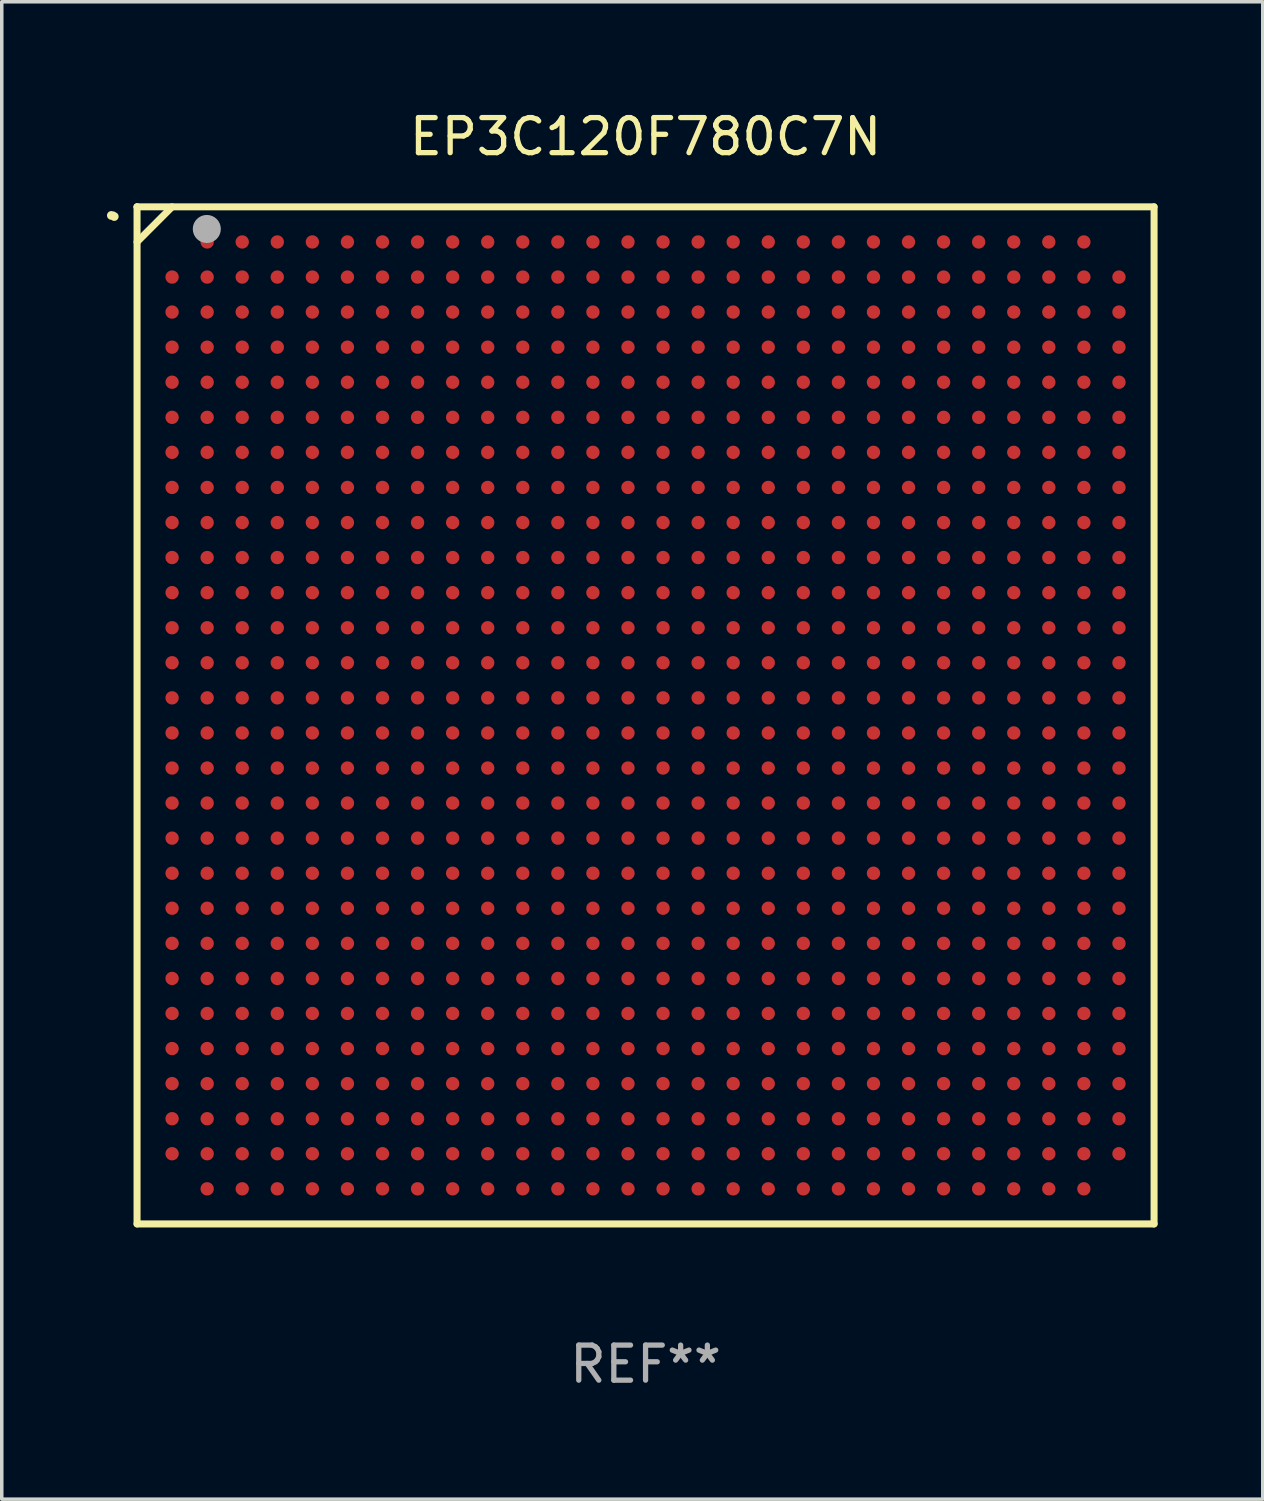
<source format=kicad_pcb>
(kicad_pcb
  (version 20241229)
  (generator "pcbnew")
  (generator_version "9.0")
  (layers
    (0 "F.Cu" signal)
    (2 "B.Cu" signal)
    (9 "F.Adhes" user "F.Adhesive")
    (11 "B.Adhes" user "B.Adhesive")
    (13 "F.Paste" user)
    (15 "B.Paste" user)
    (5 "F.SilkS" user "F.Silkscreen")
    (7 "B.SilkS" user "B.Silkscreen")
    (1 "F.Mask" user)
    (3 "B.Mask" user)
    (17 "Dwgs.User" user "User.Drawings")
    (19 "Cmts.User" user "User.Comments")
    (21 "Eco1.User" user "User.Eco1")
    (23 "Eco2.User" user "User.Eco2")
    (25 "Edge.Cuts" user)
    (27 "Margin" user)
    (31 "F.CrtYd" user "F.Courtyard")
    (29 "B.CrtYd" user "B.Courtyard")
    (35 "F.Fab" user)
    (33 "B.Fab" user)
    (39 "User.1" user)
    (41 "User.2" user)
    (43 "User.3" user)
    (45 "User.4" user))
  (footprint "EP3C120F780C7N"
    (layer "F.Cu")
    (at 15.358 17.349)
    (property "Reference" "EP3C120F780C7N" (at 0 -16.501 0) (layer "F.SilkS") (effects (font (size 1 1) (thickness 0.15))))
    (attr through_hole)
    (fp_line (start -14.5 -14.501) (end -14.5 14.501) (stroke (width 0.2) (type solid)) (layer "F.SilkS"))
    (fp_line (start -14.5 14.501) (end 14.5 14.501) (stroke (width 0.2) (type solid)) (layer "F.SilkS"))
    (fp_line (start -13.501 -14.501) (end -14.5 -13.5) (stroke (width 0.2) (type solid)) (layer "F.SilkS"))
    (fp_line (start 14.5 -14.501) (end -14.5 -14.501) (stroke (width 0.2) (type solid)) (layer "F.SilkS"))
    (fp_line (start 14.5 14.501) (end 14.5 -14.501) (stroke (width 0.2) (type solid)) (layer "F.SilkS"))
    (fp_arc (start -15.232653 -14.255817) (mid -15.188851 -14.247872) (end -15.15061 -14.225083) (stroke (width 0.249936) (type solid)) (layer "F.SilkS"))
    (fp_circle (center -14.501 -14.5) (end -14.451 -14.5) (stroke (width 0.1) (type solid)) (fill no) (layer "F.SilkS"))
    (fp_circle (center -12.511 -13.87) (end -12.311 -13.87) (stroke (width 0.4) (type solid)) (fill no) (layer "F.Fab"))
    (fp_text user "REF**" (at 0 18.501 0) (layer "F.Fab") (effects (font (size 1 1) (thickness 0.15))))
    (pad "A2" smd circle (at -12.501 -13.5) (size 0.38 0.38) (layers "F.Cu" "F.Mask" "F.Paste"))
    (pad "A3" smd circle (at -11.501 -13.5) (size 0.38 0.38) (layers "F.Cu" "F.Mask" "F.Paste"))
    (pad "A4" smd circle (at -10.501 -13.5) (size 0.38 0.38) (layers "F.Cu" "F.Mask" "F.Paste"))
    (pad "A5" smd circle (at -9.501 -13.5) (size 0.38 0.38) (layers "F.Cu" "F.Mask" "F.Paste"))
    (pad "A6" smd circle (at -8.501 -13.5) (size 0.38 0.38) (layers "F.Cu" "F.Mask" "F.Paste"))
    (pad "A7" smd circle (at -7.501 -13.5) (size 0.38 0.38) (layers "F.Cu" "F.Mask" "F.Paste"))
    (pad "A8" smd circle (at -6.501 -13.5) (size 0.38 0.38) (layers "F.Cu" "F.Mask" "F.Paste"))
    (pad "A9" smd circle (at -5.501 -13.5) (size 0.38 0.38) (layers "F.Cu" "F.Mask" "F.Paste"))
    (pad "A10" smd circle (at -4.501 -13.5) (size 0.38 0.38) (layers "F.Cu" "F.Mask" "F.Paste"))
    (pad "A11" smd circle (at -3.501 -13.5) (size 0.38 0.38) (layers "F.Cu" "F.Mask" "F.Paste"))
    (pad "A12" smd circle (at -2.501 -13.5) (size 0.38 0.38) (layers "F.Cu" "F.Mask" "F.Paste"))
    (pad "A13" smd circle (at -1.501 -13.5) (size 0.38 0.38) (layers "F.Cu" "F.Mask" "F.Paste"))
    (pad "A14" smd circle (at -0.501 -13.5) (size 0.38 0.38) (layers "F.Cu" "F.Mask" "F.Paste"))
    (pad "A15" smd circle (at 0.499 -13.5) (size 0.38 0.38) (layers "F.Cu" "F.Mask" "F.Paste"))
    (pad "A16" smd circle (at 1.499 -13.5) (size 0.38 0.38) (layers "F.Cu" "F.Mask" "F.Paste"))
    (pad "A17" smd circle (at 2.499 -13.5) (size 0.38 0.38) (layers "F.Cu" "F.Mask" "F.Paste"))
    (pad "A18" smd circle (at 3.499 -13.5) (size 0.38 0.38) (layers "F.Cu" "F.Mask" "F.Paste"))
    (pad "A19" smd circle (at 4.499 -13.5) (size 0.38 0.38) (layers "F.Cu" "F.Mask" "F.Paste"))
    (pad "A20" smd circle (at 5.498 -13.5) (size 0.38 0.38) (layers "F.Cu" "F.Mask" "F.Paste"))
    (pad "A21" smd circle (at 6.498 -13.5) (size 0.38 0.38) (layers "F.Cu" "F.Mask" "F.Paste"))
    (pad "A22" smd circle (at 7.498 -13.5) (size 0.38 0.38) (layers "F.Cu" "F.Mask" "F.Paste"))
    (pad "A23" smd circle (at 8.498 -13.5) (size 0.38 0.38) (layers "F.Cu" "F.Mask" "F.Paste"))
    (pad "A24" smd circle (at 9.498 -13.5) (size 0.38 0.38) (layers "F.Cu" "F.Mask" "F.Paste"))
    (pad "A25" smd circle (at 10.498 -13.5) (size 0.38 0.38) (layers "F.Cu" "F.Mask" "F.Paste"))
    (pad "A26" smd circle (at 11.498 -13.5) (size 0.38 0.38) (layers "F.Cu" "F.Mask" "F.Paste"))
    (pad "A27" smd circle (at 12.498 -13.5) (size 0.38 0.38) (layers "F.Cu" "F.Mask" "F.Paste"))
    (pad "AA1" smd circle (at -13.501 6.5) (size 0.38 0.38) (layers "F.Cu" "F.Mask" "F.Paste"))
    (pad "AA2" smd circle (at -12.501 6.5) (size 0.38 0.38) (layers "F.Cu" "F.Mask" "F.Paste"))
    (pad "AA3" smd circle (at -11.501 6.5) (size 0.38 0.38) (layers "F.Cu" "F.Mask" "F.Paste"))
    (pad "AA4" smd circle (at -10.501 6.5) (size 0.38 0.38) (layers "F.Cu" "F.Mask" "F.Paste"))
    (pad "AA5" smd circle (at -9.501 6.5) (size 0.38 0.38) (layers "F.Cu" "F.Mask" "F.Paste"))
    (pad "AA6" smd circle (at -8.501 6.5) (size 0.38 0.38) (layers "F.Cu" "F.Mask" "F.Paste"))
    (pad "AA7" smd circle (at -7.501 6.5) (size 0.38 0.38) (layers "F.Cu" "F.Mask" "F.Paste"))
    (pad "AA8" smd circle (at -6.501 6.5) (size 0.38 0.38) (layers "F.Cu" "F.Mask" "F.Paste"))
    (pad "AA9" smd circle (at -5.501 6.5) (size 0.38 0.38) (layers "F.Cu" "F.Mask" "F.Paste"))
    (pad "AA10" smd circle (at -4.501 6.5) (size 0.38 0.38) (layers "F.Cu" "F.Mask" "F.Paste"))
    (pad "AA11" smd circle (at -3.501 6.5) (size 0.38 0.38) (layers "F.Cu" "F.Mask" "F.Paste"))
    (pad "AA12" smd circle (at -2.501 6.5) (size 0.38 0.38) (layers "F.Cu" "F.Mask" "F.Paste"))
    (pad "AA13" smd circle (at -1.501 6.5) (size 0.38 0.38) (layers "F.Cu" "F.Mask" "F.Paste"))
    (pad "AA14" smd circle (at -0.501 6.5) (size 0.38 0.38) (layers "F.Cu" "F.Mask" "F.Paste"))
    (pad "AA15" smd circle (at 0.499 6.5) (size 0.38 0.38) (layers "F.Cu" "F.Mask" "F.Paste"))
    (pad "AA16" smd circle (at 1.499 6.5) (size 0.38 0.38) (layers "F.Cu" "F.Mask" "F.Paste"))
    (pad "AA17" smd circle (at 2.499 6.5) (size 0.38 0.38) (layers "F.Cu" "F.Mask" "F.Paste"))
    (pad "AA18" smd circle (at 3.499 6.5) (size 0.38 0.38) (layers "F.Cu" "F.Mask" "F.Paste"))
    (pad "AA19" smd circle (at 4.499 6.5) (size 0.38 0.38) (layers "F.Cu" "F.Mask" "F.Paste"))
    (pad "AA20" smd circle (at 5.499 6.5) (size 0.38 0.38) (layers "F.Cu" "F.Mask" "F.Paste"))
    (pad "AA21" smd circle (at 6.499 6.5) (size 0.38 0.38) (layers "F.Cu" "F.Mask" "F.Paste"))
    (pad "AA22" smd circle (at 7.499 6.5) (size 0.38 0.38) (layers "F.Cu" "F.Mask" "F.Paste"))
    (pad "AA23" smd circle (at 8.499 6.5) (size 0.38 0.38) (layers "F.Cu" "F.Mask" "F.Paste"))
    (pad "AA24" smd circle (at 9.499 6.5) (size 0.38 0.38) (layers "F.Cu" "F.Mask" "F.Paste"))
    (pad "AA25" smd circle (at 10.499 6.5) (size 0.38 0.38) (layers "F.Cu" "F.Mask" "F.Paste"))
    (pad "AA26" smd circle (at 11.499 6.5) (size 0.38 0.38) (layers "F.Cu" "F.Mask" "F.Paste"))
    (pad "AA27" smd circle (at 12.499 6.5) (size 0.38 0.38) (layers "F.Cu" "F.Mask" "F.Paste"))
    (pad "AA28" smd circle (at 13.499 6.5) (size 0.38 0.38) (layers "F.Cu" "F.Mask" "F.Paste"))
    (pad "AB1" smd circle (at -13.501 7.501) (size 0.38 0.38) (layers "F.Cu" "F.Mask" "F.Paste"))
    (pad "AB2" smd circle (at -12.501 7.501) (size 0.38 0.38) (layers "F.Cu" "F.Mask" "F.Paste"))
    (pad "AB3" smd circle (at -11.501 7.501) (size 0.38 0.38) (layers "F.Cu" "F.Mask" "F.Paste"))
    (pad "AB4" smd circle (at -10.501 7.501) (size 0.38 0.38) (layers "F.Cu" "F.Mask" "F.Paste"))
    (pad "AB5" smd circle (at -9.501 7.501) (size 0.38 0.38) (layers "F.Cu" "F.Mask" "F.Paste"))
    (pad "AB6" smd circle (at -8.501 7.501) (size 0.38 0.38) (layers "F.Cu" "F.Mask" "F.Paste"))
    (pad "AB7" smd circle (at -7.501 7.501) (size 0.38 0.38) (layers "F.Cu" "F.Mask" "F.Paste"))
    (pad "AB8" smd circle (at -6.501 7.501) (size 0.38 0.38) (layers "F.Cu" "F.Mask" "F.Paste"))
    (pad "AB9" smd circle (at -5.501 7.501) (size 0.38 0.38) (layers "F.Cu" "F.Mask" "F.Paste"))
    (pad "AB10" smd circle (at -4.501 7.501) (size 0.38 0.38) (layers "F.Cu" "F.Mask" "F.Paste"))
    (pad "AB11" smd circle (at -3.501 7.501) (size 0.38 0.38) (layers "F.Cu" "F.Mask" "F.Paste"))
    (pad "AB12" smd circle (at -2.501 7.501) (size 0.38 0.38) (layers "F.Cu" "F.Mask" "F.Paste"))
    (pad "AB13" smd circle (at -1.501 7.501) (size 0.38 0.38) (layers "F.Cu" "F.Mask" "F.Paste"))
    (pad "AB14" smd circle (at -0.501 7.501) (size 0.38 0.38) (layers "F.Cu" "F.Mask" "F.Paste"))
    (pad "AB15" smd circle (at 0.499 7.501) (size 0.38 0.38) (layers "F.Cu" "F.Mask" "F.Paste"))
    (pad "AB16" smd circle (at 1.499 7.501) (size 0.38 0.38) (layers "F.Cu" "F.Mask" "F.Paste"))
    (pad "AB17" smd circle (at 2.499 7.501) (size 0.38 0.38) (layers "F.Cu" "F.Mask" "F.Paste"))
    (pad "AB18" smd circle (at 3.499 7.501) (size 0.38 0.38) (layers "F.Cu" "F.Mask" "F.Paste"))
    (pad "AB19" smd circle (at 4.499 7.501) (size 0.38 0.38) (layers "F.Cu" "F.Mask" "F.Paste"))
    (pad "AB20" smd circle (at 5.499 7.501) (size 0.38 0.38) (layers "F.Cu" "F.Mask" "F.Paste"))
    (pad "AB21" smd circle (at 6.499 7.501) (size 0.38 0.38) (layers "F.Cu" "F.Mask" "F.Paste"))
    (pad "AB22" smd circle (at 7.499 7.501) (size 0.38 0.38) (layers "F.Cu" "F.Mask" "F.Paste"))
    (pad "AB23" smd circle (at 8.499 7.501) (size 0.38 0.38) (layers "F.Cu" "F.Mask" "F.Paste"))
    (pad "AB24" smd circle (at 9.499 7.501) (size 0.38 0.38) (layers "F.Cu" "F.Mask" "F.Paste"))
    (pad "AB25" smd circle (at 10.499 7.501) (size 0.38 0.38) (layers "F.Cu" "F.Mask" "F.Paste"))
    (pad "AB26" smd circle (at 11.499 7.501) (size 0.38 0.38) (layers "F.Cu" "F.Mask" "F.Paste"))
    (pad "AB27" smd circle (at 12.499 7.501) (size 0.38 0.38) (layers "F.Cu" "F.Mask" "F.Paste"))
    (pad "AB28" smd circle (at 13.499 7.501) (size 0.38 0.38) (layers "F.Cu" "F.Mask" "F.Paste"))
    (pad "AC1" smd circle (at -13.501 8.499) (size 0.38 0.38) (layers "F.Cu" "F.Mask" "F.Paste"))
    (pad "AC2" smd circle (at -12.501 8.499) (size 0.38 0.38) (layers "F.Cu" "F.Mask" "F.Paste"))
    (pad "AC3" smd circle (at -11.501 8.499) (size 0.38 0.38) (layers "F.Cu" "F.Mask" "F.Paste"))
    (pad "AC4" smd circle (at -10.501 8.499) (size 0.38 0.38) (layers "F.Cu" "F.Mask" "F.Paste"))
    (pad "AC5" smd circle (at -9.501 8.499) (size 0.38 0.38) (layers "F.Cu" "F.Mask" "F.Paste"))
    (pad "AC6" smd circle (at -8.501 8.499) (size 0.38 0.38) (layers "F.Cu" "F.Mask" "F.Paste"))
    (pad "AC7" smd circle (at -7.501 8.499) (size 0.38 0.38) (layers "F.Cu" "F.Mask" "F.Paste"))
    (pad "AC8" smd circle (at -6.501 8.499) (size 0.38 0.38) (layers "F.Cu" "F.Mask" "F.Paste"))
    (pad "AC9" smd circle (at -5.501 8.499) (size 0.38 0.38) (layers "F.Cu" "F.Mask" "F.Paste"))
    (pad "AC10" smd circle (at -4.501 8.499) (size 0.38 0.38) (layers "F.Cu" "F.Mask" "F.Paste"))
    (pad "AC11" smd circle (at -3.501 8.499) (size 0.38 0.38) (layers "F.Cu" "F.Mask" "F.Paste"))
    (pad "AC12" smd circle (at -2.501 8.499) (size 0.38 0.38) (layers "F.Cu" "F.Mask" "F.Paste"))
    (pad "AC13" smd circle (at -1.501 8.499) (size 0.38 0.38) (layers "F.Cu" "F.Mask" "F.Paste"))
    (pad "AC14" smd circle (at -0.501 8.499) (size 0.38 0.38) (layers "F.Cu" "F.Mask" "F.Paste"))
    (pad "AC15" smd circle (at 0.499 8.499) (size 0.38 0.38) (layers "F.Cu" "F.Mask" "F.Paste"))
    (pad "AC16" smd circle (at 1.499 8.499) (size 0.38 0.38) (layers "F.Cu" "F.Mask" "F.Paste"))
    (pad "AC17" smd circle (at 2.499 8.499) (size 0.38 0.38) (layers "F.Cu" "F.Mask" "F.Paste"))
    (pad "AC18" smd circle (at 3.499 8.499) (size 0.38 0.38) (layers "F.Cu" "F.Mask" "F.Paste"))
    (pad "AC19" smd circle (at 4.499 8.499) (size 0.38 0.38) (layers "F.Cu" "F.Mask" "F.Paste"))
    (pad "AC20" smd circle (at 5.499 8.499) (size 0.38 0.38) (layers "F.Cu" "F.Mask" "F.Paste"))
    (pad "AC21" smd circle (at 6.499 8.499) (size 0.38 0.38) (layers "F.Cu" "F.Mask" "F.Paste"))
    (pad "AC22" smd circle (at 7.499 8.499) (size 0.38 0.38) (layers "F.Cu" "F.Mask" "F.Paste"))
    (pad "AC23" smd circle (at 8.499 8.499) (size 0.38 0.38) (layers "F.Cu" "F.Mask" "F.Paste"))
    (pad "AC24" smd circle (at 9.499 8.499) (size 0.38 0.38) (layers "F.Cu" "F.Mask" "F.Paste"))
    (pad "AC25" smd circle (at 10.499 8.499) (size 0.38 0.38) (layers "F.Cu" "F.Mask" "F.Paste"))
    (pad "AC26" smd circle (at 11.499 8.499) (size 0.38 0.38) (layers "F.Cu" "F.Mask" "F.Paste"))
    (pad "AC27" smd circle (at 12.499 8.499) (size 0.38 0.38) (layers "F.Cu" "F.Mask" "F.Paste"))
    (pad "AC28" smd circle (at 13.499 8.499) (size 0.38 0.38) (layers "F.Cu" "F.Mask" "F.Paste"))
    (pad "AD1" smd circle (at -13.501 9.5) (size 0.38 0.38) (layers "F.Cu" "F.Mask" "F.Paste"))
    (pad "AD2" smd circle (at -12.501 9.5) (size 0.38 0.38) (layers "F.Cu" "F.Mask" "F.Paste"))
    (pad "AD3" smd circle (at -11.501 9.5) (size 0.38 0.38) (layers "F.Cu" "F.Mask" "F.Paste"))
    (pad "AD4" smd circle (at -10.501 9.5) (size 0.38 0.38) (layers "F.Cu" "F.Mask" "F.Paste"))
    (pad "AD5" smd circle (at -9.501 9.5) (size 0.38 0.38) (layers "F.Cu" "F.Mask" "F.Paste"))
    (pad "AD6" smd circle (at -8.501 9.5) (size 0.38 0.38) (layers "F.Cu" "F.Mask" "F.Paste"))
    (pad "AD7" smd circle (at -7.501 9.5) (size 0.38 0.38) (layers "F.Cu" "F.Mask" "F.Paste"))
    (pad "AD8" smd circle (at -6.501 9.5) (size 0.38 0.38) (layers "F.Cu" "F.Mask" "F.Paste"))
    (pad "AD9" smd circle (at -5.501 9.5) (size 0.38 0.38) (layers "F.Cu" "F.Mask" "F.Paste"))
    (pad "AD10" smd circle (at -4.501 9.5) (size 0.38 0.38) (layers "F.Cu" "F.Mask" "F.Paste"))
    (pad "AD11" smd circle (at -3.501 9.5) (size 0.38 0.38) (layers "F.Cu" "F.Mask" "F.Paste"))
    (pad "AD12" smd circle (at -2.501 9.5) (size 0.38 0.38) (layers "F.Cu" "F.Mask" "F.Paste"))
    (pad "AD13" smd circle (at -1.501 9.5) (size 0.38 0.38) (layers "F.Cu" "F.Mask" "F.Paste"))
    (pad "AD14" smd circle (at -0.501 9.5) (size 0.38 0.38) (layers "F.Cu" "F.Mask" "F.Paste"))
    (pad "AD15" smd circle (at 0.499 9.5) (size 0.38 0.38) (layers "F.Cu" "F.Mask" "F.Paste"))
    (pad "AD16" smd circle (at 1.499 9.5) (size 0.38 0.38) (layers "F.Cu" "F.Mask" "F.Paste"))
    (pad "AD17" smd circle (at 2.499 9.5) (size 0.38 0.38) (layers "F.Cu" "F.Mask" "F.Paste"))
    (pad "AD18" smd circle (at 3.499 9.5) (size 0.38 0.38) (layers "F.Cu" "F.Mask" "F.Paste"))
    (pad "AD19" smd circle (at 4.499 9.5) (size 0.38 0.38) (layers "F.Cu" "F.Mask" "F.Paste"))
    (pad "AD20" smd circle (at 5.499 9.5) (size 0.38 0.38) (layers "F.Cu" "F.Mask" "F.Paste"))
    (pad "AD21" smd circle (at 6.499 9.5) (size 0.38 0.38) (layers "F.Cu" "F.Mask" "F.Paste"))
    (pad "AD22" smd circle (at 7.499 9.5) (size 0.38 0.38) (layers "F.Cu" "F.Mask" "F.Paste"))
    (pad "AD23" smd circle (at 8.499 9.5) (size 0.38 0.38) (layers "F.Cu" "F.Mask" "F.Paste"))
    (pad "AD24" smd circle (at 9.499 9.5) (size 0.38 0.38) (layers "F.Cu" "F.Mask" "F.Paste"))
    (pad "AD25" smd circle (at 10.499 9.5) (size 0.38 0.38) (layers "F.Cu" "F.Mask" "F.Paste"))
    (pad "AD26" smd circle (at 11.499 9.5) (size 0.38 0.38) (layers "F.Cu" "F.Mask" "F.Paste"))
    (pad "AD27" smd circle (at 12.499 9.5) (size 0.38 0.38) (layers "F.Cu" "F.Mask" "F.Paste"))
    (pad "AD28" smd circle (at 13.499 9.5) (size 0.38 0.38) (layers "F.Cu" "F.Mask" "F.Paste"))
    (pad "AE1" smd circle (at -13.501 10.5) (size 0.38 0.38) (layers "F.Cu" "F.Mask" "F.Paste"))
    (pad "AE2" smd circle (at -12.501 10.5) (size 0.38 0.38) (layers "F.Cu" "F.Mask" "F.Paste"))
    (pad "AE3" smd circle (at -11.501 10.5) (size 0.38 0.38) (layers "F.Cu" "F.Mask" "F.Paste"))
    (pad "AE4" smd circle (at -10.501 10.5) (size 0.38 0.38) (layers "F.Cu" "F.Mask" "F.Paste"))
    (pad "AE5" smd circle (at -9.501 10.5) (size 0.38 0.38) (layers "F.Cu" "F.Mask" "F.Paste"))
    (pad "AE6" smd circle (at -8.501 10.5) (size 0.38 0.38) (layers "F.Cu" "F.Mask" "F.Paste"))
    (pad "AE7" smd circle (at -7.501 10.5) (size 0.38 0.38) (layers "F.Cu" "F.Mask" "F.Paste"))
    (pad "AE8" smd circle (at -6.501 10.5) (size 0.38 0.38) (layers "F.Cu" "F.Mask" "F.Paste"))
    (pad "AE9" smd circle (at -5.501 10.5) (size 0.38 0.38) (layers "F.Cu" "F.Mask" "F.Paste"))
    (pad "AE10" smd circle (at -4.501 10.5) (size 0.38 0.38) (layers "F.Cu" "F.Mask" "F.Paste"))
    (pad "AE11" smd circle (at -3.501 10.5) (size 0.38 0.38) (layers "F.Cu" "F.Mask" "F.Paste"))
    (pad "AE12" smd circle (at -2.501 10.5) (size 0.38 0.38) (layers "F.Cu" "F.Mask" "F.Paste"))
    (pad "AE13" smd circle (at -1.501 10.5) (size 0.38 0.38) (layers "F.Cu" "F.Mask" "F.Paste"))
    (pad "AE14" smd circle (at -0.501 10.5) (size 0.38 0.38) (layers "F.Cu" "F.Mask" "F.Paste"))
    (pad "AE15" smd circle (at 0.499 10.5) (size 0.38 0.38) (layers "F.Cu" "F.Mask" "F.Paste"))
    (pad "AE16" smd circle (at 1.499 10.5) (size 0.38 0.38) (layers "F.Cu" "F.Mask" "F.Paste"))
    (pad "AE17" smd circle (at 2.499 10.5) (size 0.38 0.38) (layers "F.Cu" "F.Mask" "F.Paste"))
    (pad "AE18" smd circle (at 3.499 10.5) (size 0.38 0.38) (layers "F.Cu" "F.Mask" "F.Paste"))
    (pad "AE19" smd circle (at 4.499 10.5) (size 0.38 0.38) (layers "F.Cu" "F.Mask" "F.Paste"))
    (pad "AE20" smd circle (at 5.499 10.5) (size 0.38 0.38) (layers "F.Cu" "F.Mask" "F.Paste"))
    (pad "AE21" smd circle (at 6.499 10.5) (size 0.38 0.38) (layers "F.Cu" "F.Mask" "F.Paste"))
    (pad "AE22" smd circle (at 7.499 10.5) (size 0.38 0.38) (layers "F.Cu" "F.Mask" "F.Paste"))
    (pad "AE23" smd circle (at 8.499 10.5) (size 0.38 0.38) (layers "F.Cu" "F.Mask" "F.Paste"))
    (pad "AE24" smd circle (at 9.499 10.5) (size 0.38 0.38) (layers "F.Cu" "F.Mask" "F.Paste"))
    (pad "AE25" smd circle (at 10.499 10.5) (size 0.38 0.38) (layers "F.Cu" "F.Mask" "F.Paste"))
    (pad "AE26" smd circle (at 11.499 10.5) (size 0.38 0.38) (layers "F.Cu" "F.Mask" "F.Paste"))
    (pad "AE27" smd circle (at 12.499 10.5) (size 0.38 0.38) (layers "F.Cu" "F.Mask" "F.Paste"))
    (pad "AE28" smd circle (at 13.499 10.5) (size 0.38 0.38) (layers "F.Cu" "F.Mask" "F.Paste"))
    (pad "AF1" smd circle (at -13.501 11.501) (size 0.38 0.38) (layers "F.Cu" "F.Mask" "F.Paste"))
    (pad "AF2" smd circle (at -12.501 11.501) (size 0.38 0.38) (layers "F.Cu" "F.Mask" "F.Paste"))
    (pad "AF3" smd circle (at -11.501 11.501) (size 0.38 0.38) (layers "F.Cu" "F.Mask" "F.Paste"))
    (pad "AF4" smd circle (at -10.501 11.501) (size 0.38 0.38) (layers "F.Cu" "F.Mask" "F.Paste"))
    (pad "AF5" smd circle (at -9.501 11.501) (size 0.38 0.38) (layers "F.Cu" "F.Mask" "F.Paste"))
    (pad "AF6" smd circle (at -8.501 11.501) (size 0.38 0.38) (layers "F.Cu" "F.Mask" "F.Paste"))
    (pad "AF7" smd circle (at -7.501 11.501) (size 0.38 0.38) (layers "F.Cu" "F.Mask" "F.Paste"))
    (pad "AF8" smd circle (at -6.501 11.501) (size 0.38 0.38) (layers "F.Cu" "F.Mask" "F.Paste"))
    (pad "AF9" smd circle (at -5.501 11.501) (size 0.38 0.38) (layers "F.Cu" "F.Mask" "F.Paste"))
    (pad "AF10" smd circle (at -4.501 11.501) (size 0.38 0.38) (layers "F.Cu" "F.Mask" "F.Paste"))
    (pad "AF11" smd circle (at -3.501 11.501) (size 0.38 0.38) (layers "F.Cu" "F.Mask" "F.Paste"))
    (pad "AF12" smd circle (at -2.501 11.501) (size 0.38 0.38) (layers "F.Cu" "F.Mask" "F.Paste"))
    (pad "AF13" smd circle (at -1.501 11.501) (size 0.38 0.38) (layers "F.Cu" "F.Mask" "F.Paste"))
    (pad "AF14" smd circle (at -0.501 11.501) (size 0.38 0.38) (layers "F.Cu" "F.Mask" "F.Paste"))
    (pad "AF15" smd circle (at 0.499 11.501) (size 0.38 0.38) (layers "F.Cu" "F.Mask" "F.Paste"))
    (pad "AF16" smd circle (at 1.499 11.501) (size 0.38 0.38) (layers "F.Cu" "F.Mask" "F.Paste"))
    (pad "AF17" smd circle (at 2.499 11.501) (size 0.38 0.38) (layers "F.Cu" "F.Mask" "F.Paste"))
    (pad "AF18" smd circle (at 3.499 11.501) (size 0.38 0.38) (layers "F.Cu" "F.Mask" "F.Paste"))
    (pad "AF19" smd circle (at 4.499 11.501) (size 0.38 0.38) (layers "F.Cu" "F.Mask" "F.Paste"))
    (pad "AF20" smd circle (at 5.499 11.501) (size 0.38 0.38) (layers "F.Cu" "F.Mask" "F.Paste"))
    (pad "AF21" smd circle (at 6.499 11.501) (size 0.38 0.38) (layers "F.Cu" "F.Mask" "F.Paste"))
    (pad "AF22" smd circle (at 7.499 11.501) (size 0.38 0.38) (layers "F.Cu" "F.Mask" "F.Paste"))
    (pad "AF23" smd circle (at 8.499 11.501) (size 0.38 0.38) (layers "F.Cu" "F.Mask" "F.Paste"))
    (pad "AF24" smd circle (at 9.499 11.501) (size 0.38 0.38) (layers "F.Cu" "F.Mask" "F.Paste"))
    (pad "AF25" smd circle (at 10.499 11.501) (size 0.38 0.38) (layers "F.Cu" "F.Mask" "F.Paste"))
    (pad "AF26" smd circle (at 11.499 11.501) (size 0.38 0.38) (layers "F.Cu" "F.Mask" "F.Paste"))
    (pad "AF27" smd circle (at 12.499 11.501) (size 0.38 0.38) (layers "F.Cu" "F.Mask" "F.Paste"))
    (pad "AF28" smd circle (at 13.499 11.501) (size 0.38 0.38) (layers "F.Cu" "F.Mask" "F.Paste"))
    (pad "AG1" smd circle (at -13.501 12.499) (size 0.38 0.38) (layers "F.Cu" "F.Mask" "F.Paste"))
    (pad "AG2" smd circle (at -12.501 12.499) (size 0.38 0.38) (layers "F.Cu" "F.Mask" "F.Paste"))
    (pad "AG3" smd circle (at -11.501 12.499) (size 0.38 0.38) (layers "F.Cu" "F.Mask" "F.Paste"))
    (pad "AG4" smd circle (at -10.501 12.499) (size 0.38 0.38) (layers "F.Cu" "F.Mask" "F.Paste"))
    (pad "AG5" smd circle (at -9.501 12.499) (size 0.38 0.38) (layers "F.Cu" "F.Mask" "F.Paste"))
    (pad "AG6" smd circle (at -8.501 12.499) (size 0.38 0.38) (layers "F.Cu" "F.Mask" "F.Paste"))
    (pad "AG7" smd circle (at -7.501 12.499) (size 0.38 0.38) (layers "F.Cu" "F.Mask" "F.Paste"))
    (pad "AG8" smd circle (at -6.501 12.499) (size 0.38 0.38) (layers "F.Cu" "F.Mask" "F.Paste"))
    (pad "AG9" smd circle (at -5.501 12.499) (size 0.38 0.38) (layers "F.Cu" "F.Mask" "F.Paste"))
    (pad "AG10" smd circle (at -4.501 12.499) (size 0.38 0.38) (layers "F.Cu" "F.Mask" "F.Paste"))
    (pad "AG11" smd circle (at -3.501 12.499) (size 0.38 0.38) (layers "F.Cu" "F.Mask" "F.Paste"))
    (pad "AG12" smd circle (at -2.501 12.499) (size 0.38 0.38) (layers "F.Cu" "F.Mask" "F.Paste"))
    (pad "AG13" smd circle (at -1.501 12.499) (size 0.38 0.38) (layers "F.Cu" "F.Mask" "F.Paste"))
    (pad "AG14" smd circle (at -0.501 12.499) (size 0.38 0.38) (layers "F.Cu" "F.Mask" "F.Paste"))
    (pad "AG15" smd circle (at 0.499 12.499) (size 0.38 0.38) (layers "F.Cu" "F.Mask" "F.Paste"))
    (pad "AG16" smd circle (at 1.499 12.499) (size 0.38 0.38) (layers "F.Cu" "F.Mask" "F.Paste"))
    (pad "AG17" smd circle (at 2.499 12.499) (size 0.38 0.38) (layers "F.Cu" "F.Mask" "F.Paste"))
    (pad "AG18" smd circle (at 3.499 12.499) (size 0.38 0.38) (layers "F.Cu" "F.Mask" "F.Paste"))
    (pad "AG19" smd circle (at 4.499 12.499) (size 0.38 0.38) (layers "F.Cu" "F.Mask" "F.Paste"))
    (pad "AG20" smd circle (at 5.499 12.499) (size 0.38 0.38) (layers "F.Cu" "F.Mask" "F.Paste"))
    (pad "AG21" smd circle (at 6.499 12.499) (size 0.38 0.38) (layers "F.Cu" "F.Mask" "F.Paste"))
    (pad "AG22" smd circle (at 7.499 12.499) (size 0.38 0.38) (layers "F.Cu" "F.Mask" "F.Paste"))
    (pad "AG23" smd circle (at 8.499 12.499) (size 0.38 0.38) (layers "F.Cu" "F.Mask" "F.Paste"))
    (pad "AG24" smd circle (at 9.499 12.499) (size 0.38 0.38) (layers "F.Cu" "F.Mask" "F.Paste"))
    (pad "AG25" smd circle (at 10.499 12.499) (size 0.38 0.38) (layers "F.Cu" "F.Mask" "F.Paste"))
    (pad "AG26" smd circle (at 11.499 12.499) (size 0.38 0.38) (layers "F.Cu" "F.Mask" "F.Paste"))
    (pad "AG27" smd circle (at 12.499 12.499) (size 0.38 0.38) (layers "F.Cu" "F.Mask" "F.Paste"))
    (pad "AG28" smd circle (at 13.499 12.499) (size 0.38 0.38) (layers "F.Cu" "F.Mask" "F.Paste"))
    (pad "AH2" smd circle (at -12.501 13.5) (size 0.38 0.38) (layers "F.Cu" "F.Mask" "F.Paste"))
    (pad "AH3" smd circle (at -11.501 13.5) (size 0.38 0.38) (layers "F.Cu" "F.Mask" "F.Paste"))
    (pad "AH4" smd circle (at -10.501 13.5) (size 0.38 0.38) (layers "F.Cu" "F.Mask" "F.Paste"))
    (pad "AH5" smd circle (at -9.501 13.5) (size 0.38 0.38) (layers "F.Cu" "F.Mask" "F.Paste"))
    (pad "AH6" smd circle (at -8.501 13.5) (size 0.38 0.38) (layers "F.Cu" "F.Mask" "F.Paste"))
    (pad "AH7" smd circle (at -7.501 13.5) (size 0.38 0.38) (layers "F.Cu" "F.Mask" "F.Paste"))
    (pad "AH8" smd circle (at -6.501 13.5) (size 0.38 0.38) (layers "F.Cu" "F.Mask" "F.Paste"))
    (pad "AH9" smd circle (at -5.501 13.5) (size 0.38 0.38) (layers "F.Cu" "F.Mask" "F.Paste"))
    (pad "AH10" smd circle (at -4.501 13.5) (size 0.38 0.38) (layers "F.Cu" "F.Mask" "F.Paste"))
    (pad "AH11" smd circle (at -3.501 13.5) (size 0.38 0.38) (layers "F.Cu" "F.Mask" "F.Paste"))
    (pad "AH12" smd circle (at -2.501 13.5) (size 0.38 0.38) (layers "F.Cu" "F.Mask" "F.Paste"))
    (pad "AH13" smd circle (at -1.501 13.5) (size 0.38 0.38) (layers "F.Cu" "F.Mask" "F.Paste"))
    (pad "AH14" smd circle (at -0.501 13.5) (size 0.38 0.38) (layers "F.Cu" "F.Mask" "F.Paste"))
    (pad "AH15" smd circle (at 0.499 13.5) (size 0.38 0.38) (layers "F.Cu" "F.Mask" "F.Paste"))
    (pad "AH16" smd circle (at 1.499 13.5) (size 0.38 0.38) (layers "F.Cu" "F.Mask" "F.Paste"))
    (pad "AH17" smd circle (at 2.499 13.5) (size 0.38 0.38) (layers "F.Cu" "F.Mask" "F.Paste"))
    (pad "AH18" smd circle (at 3.499 13.5) (size 0.38 0.38) (layers "F.Cu" "F.Mask" "F.Paste"))
    (pad "AH19" smd circle (at 4.499 13.5) (size 0.38 0.38) (layers "F.Cu" "F.Mask" "F.Paste"))
    (pad "AH20" smd circle (at 5.498 13.5) (size 0.38 0.38) (layers "F.Cu" "F.Mask" "F.Paste"))
    (pad "AH21" smd circle (at 6.498 13.5) (size 0.38 0.38) (layers "F.Cu" "F.Mask" "F.Paste"))
    (pad "AH22" smd circle (at 7.498 13.5) (size 0.38 0.38) (layers "F.Cu" "F.Mask" "F.Paste"))
    (pad "AH23" smd circle (at 8.498 13.5) (size 0.38 0.38) (layers "F.Cu" "F.Mask" "F.Paste"))
    (pad "AH24" smd circle (at 9.498 13.5) (size 0.38 0.38) (layers "F.Cu" "F.Mask" "F.Paste"))
    (pad "AH25" smd circle (at 10.498 13.5) (size 0.38 0.38) (layers "F.Cu" "F.Mask" "F.Paste"))
    (pad "AH26" smd circle (at 11.498 13.5) (size 0.38 0.38) (layers "F.Cu" "F.Mask" "F.Paste"))
    (pad "AH27" smd circle (at 12.498 13.5) (size 0.38 0.38) (layers "F.Cu" "F.Mask" "F.Paste"))
    (pad "B1" smd circle (at -13.501 -12.499) (size 0.38 0.38) (layers "F.Cu" "F.Mask" "F.Paste"))
    (pad "B2" smd circle (at -12.501 -12.499) (size 0.38 0.38) (layers "F.Cu" "F.Mask" "F.Paste"))
    (pad "B3" smd circle (at -11.501 -12.499) (size 0.38 0.38) (layers "F.Cu" "F.Mask" "F.Paste"))
    (pad "B4" smd circle (at -10.501 -12.499) (size 0.38 0.38) (layers "F.Cu" "F.Mask" "F.Paste"))
    (pad "B5" smd circle (at -9.501 -12.499) (size 0.38 0.38) (layers "F.Cu" "F.Mask" "F.Paste"))
    (pad "B6" smd circle (at -8.501 -12.499) (size 0.38 0.38) (layers "F.Cu" "F.Mask" "F.Paste"))
    (pad "B7" smd circle (at -7.501 -12.499) (size 0.38 0.38) (layers "F.Cu" "F.Mask" "F.Paste"))
    (pad "B8" smd circle (at -6.501 -12.499) (size 0.38 0.38) (layers "F.Cu" "F.Mask" "F.Paste"))
    (pad "B9" smd circle (at -5.501 -12.499) (size 0.38 0.38) (layers "F.Cu" "F.Mask" "F.Paste"))
    (pad "B10" smd circle (at -4.501 -12.499) (size 0.38 0.38) (layers "F.Cu" "F.Mask" "F.Paste"))
    (pad "B11" smd circle (at -3.501 -12.499) (size 0.38 0.38) (layers "F.Cu" "F.Mask" "F.Paste"))
    (pad "B12" smd circle (at -2.501 -12.499) (size 0.38 0.38) (layers "F.Cu" "F.Mask" "F.Paste"))
    (pad "B13" smd circle (at -1.501 -12.499) (size 0.38 0.38) (layers "F.Cu" "F.Mask" "F.Paste"))
    (pad "B14" smd circle (at -0.501 -12.499) (size 0.38 0.38) (layers "F.Cu" "F.Mask" "F.Paste"))
    (pad "B15" smd circle (at 0.499 -12.499) (size 0.38 0.38) (layers "F.Cu" "F.Mask" "F.Paste"))
    (pad "B16" smd circle (at 1.499 -12.499) (size 0.38 0.38) (layers "F.Cu" "F.Mask" "F.Paste"))
    (pad "B17" smd circle (at 2.499 -12.499) (size 0.38 0.38) (layers "F.Cu" "F.Mask" "F.Paste"))
    (pad "B18" smd circle (at 3.499 -12.499) (size 0.38 0.38) (layers "F.Cu" "F.Mask" "F.Paste"))
    (pad "B19" smd circle (at 4.499 -12.499) (size 0.38 0.38) (layers "F.Cu" "F.Mask" "F.Paste"))
    (pad "B20" smd circle (at 5.499 -12.499) (size 0.38 0.38) (layers "F.Cu" "F.Mask" "F.Paste"))
    (pad "B21" smd circle (at 6.499 -12.499) (size 0.38 0.38) (layers "F.Cu" "F.Mask" "F.Paste"))
    (pad "B22" smd circle (at 7.499 -12.499) (size 0.38 0.38) (layers "F.Cu" "F.Mask" "F.Paste"))
    (pad "B23" smd circle (at 8.499 -12.499) (size 0.38 0.38) (layers "F.Cu" "F.Mask" "F.Paste"))
    (pad "B24" smd circle (at 9.499 -12.499) (size 0.38 0.38) (layers "F.Cu" "F.Mask" "F.Paste"))
    (pad "B25" smd circle (at 10.499 -12.499) (size 0.38 0.38) (layers "F.Cu" "F.Mask" "F.Paste"))
    (pad "B26" smd circle (at 11.499 -12.499) (size 0.38 0.38) (layers "F.Cu" "F.Mask" "F.Paste"))
    (pad "B27" smd circle (at 12.499 -12.499) (size 0.38 0.38) (layers "F.Cu" "F.Mask" "F.Paste"))
    (pad "B28" smd circle (at 13.499 -12.499) (size 0.38 0.38) (layers "F.Cu" "F.Mask" "F.Paste"))
    (pad "C1" smd circle (at -13.501 -11.501) (size 0.38 0.38) (layers "F.Cu" "F.Mask" "F.Paste"))
    (pad "C2" smd circle (at -12.501 -11.501) (size 0.38 0.38) (layers "F.Cu" "F.Mask" "F.Paste"))
    (pad "C3" smd circle (at -11.501 -11.501) (size 0.38 0.38) (layers "F.Cu" "F.Mask" "F.Paste"))
    (pad "C4" smd circle (at -10.501 -11.501) (size 0.38 0.38) (layers "F.Cu" "F.Mask" "F.Paste"))
    (pad "C5" smd circle (at -9.501 -11.501) (size 0.38 0.38) (layers "F.Cu" "F.Mask" "F.Paste"))
    (pad "C6" smd circle (at -8.501 -11.501) (size 0.38 0.38) (layers "F.Cu" "F.Mask" "F.Paste"))
    (pad "C7" smd circle (at -7.501 -11.501) (size 0.38 0.38) (layers "F.Cu" "F.Mask" "F.Paste"))
    (pad "C8" smd circle (at -6.501 -11.501) (size 0.38 0.38) (layers "F.Cu" "F.Mask" "F.Paste"))
    (pad "C9" smd circle (at -5.501 -11.501) (size 0.38 0.38) (layers "F.Cu" "F.Mask" "F.Paste"))
    (pad "C10" smd circle (at -4.501 -11.501) (size 0.38 0.38) (layers "F.Cu" "F.Mask" "F.Paste"))
    (pad "C11" smd circle (at -3.501 -11.501) (size 0.38 0.38) (layers "F.Cu" "F.Mask" "F.Paste"))
    (pad "C12" smd circle (at -2.501 -11.501) (size 0.38 0.38) (layers "F.Cu" "F.Mask" "F.Paste"))
    (pad "C13" smd circle (at -1.501 -11.501) (size 0.38 0.38) (layers "F.Cu" "F.Mask" "F.Paste"))
    (pad "C14" smd circle (at -0.501 -11.501) (size 0.38 0.38) (layers "F.Cu" "F.Mask" "F.Paste"))
    (pad "C15" smd circle (at 0.499 -11.501) (size 0.38 0.38) (layers "F.Cu" "F.Mask" "F.Paste"))
    (pad "C16" smd circle (at 1.499 -11.501) (size 0.38 0.38) (layers "F.Cu" "F.Mask" "F.Paste"))
    (pad "C17" smd circle (at 2.499 -11.501) (size 0.38 0.38) (layers "F.Cu" "F.Mask" "F.Paste"))
    (pad "C18" smd circle (at 3.499 -11.501) (size 0.38 0.38) (layers "F.Cu" "F.Mask" "F.Paste"))
    (pad "C19" smd circle (at 4.499 -11.501) (size 0.38 0.38) (layers "F.Cu" "F.Mask" "F.Paste"))
    (pad "C20" smd circle (at 5.499 -11.501) (size 0.38 0.38) (layers "F.Cu" "F.Mask" "F.Paste"))
    (pad "C21" smd circle (at 6.499 -11.501) (size 0.38 0.38) (layers "F.Cu" "F.Mask" "F.Paste"))
    (pad "C22" smd circle (at 7.499 -11.501) (size 0.38 0.38) (layers "F.Cu" "F.Mask" "F.Paste"))
    (pad "C23" smd circle (at 8.499 -11.501) (size 0.38 0.38) (layers "F.Cu" "F.Mask" "F.Paste"))
    (pad "C24" smd circle (at 9.499 -11.501) (size 0.38 0.38) (layers "F.Cu" "F.Mask" "F.Paste"))
    (pad "C25" smd circle (at 10.499 -11.501) (size 0.38 0.38) (layers "F.Cu" "F.Mask" "F.Paste"))
    (pad "C26" smd circle (at 11.499 -11.501) (size 0.38 0.38) (layers "F.Cu" "F.Mask" "F.Paste"))
    (pad "C27" smd circle (at 12.499 -11.501) (size 0.38 0.38) (layers "F.Cu" "F.Mask" "F.Paste"))
    (pad "C28" smd circle (at 13.499 -11.501) (size 0.38 0.38) (layers "F.Cu" "F.Mask" "F.Paste"))
    (pad "D1" smd circle (at -13.501 -10.5) (size 0.38 0.38) (layers "F.Cu" "F.Mask" "F.Paste"))
    (pad "D2" smd circle (at -12.501 -10.5) (size 0.38 0.38) (layers "F.Cu" "F.Mask" "F.Paste"))
    (pad "D3" smd circle (at -11.501 -10.5) (size 0.38 0.38) (layers "F.Cu" "F.Mask" "F.Paste"))
    (pad "D4" smd circle (at -10.501 -10.5) (size 0.38 0.38) (layers "F.Cu" "F.Mask" "F.Paste"))
    (pad "D5" smd circle (at -9.501 -10.5) (size 0.38 0.38) (layers "F.Cu" "F.Mask" "F.Paste"))
    (pad "D6" smd circle (at -8.501 -10.5) (size 0.38 0.38) (layers "F.Cu" "F.Mask" "F.Paste"))
    (pad "D7" smd circle (at -7.501 -10.5) (size 0.38 0.38) (layers "F.Cu" "F.Mask" "F.Paste"))
    (pad "D8" smd circle (at -6.501 -10.5) (size 0.38 0.38) (layers "F.Cu" "F.Mask" "F.Paste"))
    (pad "D9" smd circle (at -5.501 -10.5) (size 0.38 0.38) (layers "F.Cu" "F.Mask" "F.Paste"))
    (pad "D10" smd circle (at -4.501 -10.5) (size 0.38 0.38) (layers "F.Cu" "F.Mask" "F.Paste"))
    (pad "D11" smd circle (at -3.501 -10.5) (size 0.38 0.38) (layers "F.Cu" "F.Mask" "F.Paste"))
    (pad "D12" smd circle (at -2.501 -10.5) (size 0.38 0.38) (layers "F.Cu" "F.Mask" "F.Paste"))
    (pad "D13" smd circle (at -1.501 -10.5) (size 0.38 0.38) (layers "F.Cu" "F.Mask" "F.Paste"))
    (pad "D14" smd circle (at -0.501 -10.5) (size 0.38 0.38) (layers "F.Cu" "F.Mask" "F.Paste"))
    (pad "D15" smd circle (at 0.499 -10.5) (size 0.38 0.38) (layers "F.Cu" "F.Mask" "F.Paste"))
    (pad "D16" smd circle (at 1.499 -10.5) (size 0.38 0.38) (layers "F.Cu" "F.Mask" "F.Paste"))
    (pad "D17" smd circle (at 2.499 -10.5) (size 0.38 0.38) (layers "F.Cu" "F.Mask" "F.Paste"))
    (pad "D18" smd circle (at 3.499 -10.5) (size 0.38 0.38) (layers "F.Cu" "F.Mask" "F.Paste"))
    (pad "D19" smd circle (at 4.499 -10.5) (size 0.38 0.38) (layers "F.Cu" "F.Mask" "F.Paste"))
    (pad "D20" smd circle (at 5.499 -10.5) (size 0.38 0.38) (layers "F.Cu" "F.Mask" "F.Paste"))
    (pad "D21" smd circle (at 6.499 -10.5) (size 0.38 0.38) (layers "F.Cu" "F.Mask" "F.Paste"))
    (pad "D22" smd circle (at 7.499 -10.5) (size 0.38 0.38) (layers "F.Cu" "F.Mask" "F.Paste"))
    (pad "D23" smd circle (at 8.499 -10.5) (size 0.38 0.38) (layers "F.Cu" "F.Mask" "F.Paste"))
    (pad "D24" smd circle (at 9.499 -10.5) (size 0.38 0.38) (layers "F.Cu" "F.Mask" "F.Paste"))
    (pad "D25" smd circle (at 10.499 -10.5) (size 0.38 0.38) (layers "F.Cu" "F.Mask" "F.Paste"))
    (pad "D26" smd circle (at 11.499 -10.5) (size 0.38 0.38) (layers "F.Cu" "F.Mask" "F.Paste"))
    (pad "D27" smd circle (at 12.499 -10.5) (size 0.38 0.38) (layers "F.Cu" "F.Mask" "F.Paste"))
    (pad "D28" smd circle (at 13.499 -10.5) (size 0.38 0.38) (layers "F.Cu" "F.Mask" "F.Paste"))
    (pad "E1" smd circle (at -13.501 -9.5) (size 0.38 0.38) (layers "F.Cu" "F.Mask" "F.Paste"))
    (pad "E2" smd circle (at -12.501 -9.5) (size 0.38 0.38) (layers "F.Cu" "F.Mask" "F.Paste"))
    (pad "E3" smd circle (at -11.501 -9.5) (size 0.38 0.38) (layers "F.Cu" "F.Mask" "F.Paste"))
    (pad "E4" smd circle (at -10.501 -9.5) (size 0.38 0.38) (layers "F.Cu" "F.Mask" "F.Paste"))
    (pad "E5" smd circle (at -9.501 -9.5) (size 0.38 0.38) (layers "F.Cu" "F.Mask" "F.Paste"))
    (pad "E6" smd circle (at -8.501 -9.5) (size 0.38 0.38) (layers "F.Cu" "F.Mask" "F.Paste"))
    (pad "E7" smd circle (at -7.501 -9.5) (size 0.38 0.38) (layers "F.Cu" "F.Mask" "F.Paste"))
    (pad "E8" smd circle (at -6.501 -9.5) (size 0.38 0.38) (layers "F.Cu" "F.Mask" "F.Paste"))
    (pad "E9" smd circle (at -5.501 -9.5) (size 0.38 0.38) (layers "F.Cu" "F.Mask" "F.Paste"))
    (pad "E10" smd circle (at -4.501 -9.5) (size 0.38 0.38) (layers "F.Cu" "F.Mask" "F.Paste"))
    (pad "E11" smd circle (at -3.501 -9.5) (size 0.38 0.38) (layers "F.Cu" "F.Mask" "F.Paste"))
    (pad "E12" smd circle (at -2.501 -9.5) (size 0.38 0.38) (layers "F.Cu" "F.Mask" "F.Paste"))
    (pad "E13" smd circle (at -1.501 -9.5) (size 0.38 0.38) (layers "F.Cu" "F.Mask" "F.Paste"))
    (pad "E14" smd circle (at -0.501 -9.5) (size 0.38 0.38) (layers "F.Cu" "F.Mask" "F.Paste"))
    (pad "E15" smd circle (at 0.499 -9.5) (size 0.38 0.38) (layers "F.Cu" "F.Mask" "F.Paste"))
    (pad "E16" smd circle (at 1.499 -9.5) (size 0.38 0.38) (layers "F.Cu" "F.Mask" "F.Paste"))
    (pad "E17" smd circle (at 2.499 -9.5) (size 0.38 0.38) (layers "F.Cu" "F.Mask" "F.Paste"))
    (pad "E18" smd circle (at 3.499 -9.5) (size 0.38 0.38) (layers "F.Cu" "F.Mask" "F.Paste"))
    (pad "E19" smd circle (at 4.499 -9.5) (size 0.38 0.38) (layers "F.Cu" "F.Mask" "F.Paste"))
    (pad "E20" smd circle (at 5.499 -9.5) (size 0.38 0.38) (layers "F.Cu" "F.Mask" "F.Paste"))
    (pad "E21" smd circle (at 6.499 -9.5) (size 0.38 0.38) (layers "F.Cu" "F.Mask" "F.Paste"))
    (pad "E22" smd circle (at 7.499 -9.5) (size 0.38 0.38) (layers "F.Cu" "F.Mask" "F.Paste"))
    (pad "E23" smd circle (at 8.499 -9.5) (size 0.38 0.38) (layers "F.Cu" "F.Mask" "F.Paste"))
    (pad "E24" smd circle (at 9.499 -9.5) (size 0.38 0.38) (layers "F.Cu" "F.Mask" "F.Paste"))
    (pad "E25" smd circle (at 10.499 -9.5) (size 0.38 0.38) (layers "F.Cu" "F.Mask" "F.Paste"))
    (pad "E26" smd circle (at 11.499 -9.5) (size 0.38 0.38) (layers "F.Cu" "F.Mask" "F.Paste"))
    (pad "E27" smd circle (at 12.499 -9.5) (size 0.38 0.38) (layers "F.Cu" "F.Mask" "F.Paste"))
    (pad "E28" smd circle (at 13.499 -9.5) (size 0.38 0.38) (layers "F.Cu" "F.Mask" "F.Paste"))
    (pad "F1" smd circle (at -13.501 -8.499) (size 0.38 0.38) (layers "F.Cu" "F.Mask" "F.Paste"))
    (pad "F2" smd circle (at -12.501 -8.499) (size 0.38 0.38) (layers "F.Cu" "F.Mask" "F.Paste"))
    (pad "F3" smd circle (at -11.501 -8.499) (size 0.38 0.38) (layers "F.Cu" "F.Mask" "F.Paste"))
    (pad "F4" smd circle (at -10.501 -8.499) (size 0.38 0.38) (layers "F.Cu" "F.Mask" "F.Paste"))
    (pad "F5" smd circle (at -9.501 -8.499) (size 0.38 0.38) (layers "F.Cu" "F.Mask" "F.Paste"))
    (pad "F6" smd circle (at -8.501 -8.499) (size 0.38 0.38) (layers "F.Cu" "F.Mask" "F.Paste"))
    (pad "F7" smd circle (at -7.501 -8.499) (size 0.38 0.38) (layers "F.Cu" "F.Mask" "F.Paste"))
    (pad "F8" smd circle (at -6.501 -8.499) (size 0.38 0.38) (layers "F.Cu" "F.Mask" "F.Paste"))
    (pad "F9" smd circle (at -5.501 -8.499) (size 0.38 0.38) (layers "F.Cu" "F.Mask" "F.Paste"))
    (pad "F10" smd circle (at -4.501 -8.499) (size 0.38 0.38) (layers "F.Cu" "F.Mask" "F.Paste"))
    (pad "F11" smd circle (at -3.501 -8.499) (size 0.38 0.38) (layers "F.Cu" "F.Mask" "F.Paste"))
    (pad "F12" smd circle (at -2.501 -8.499) (size 0.38 0.38) (layers "F.Cu" "F.Mask" "F.Paste"))
    (pad "F13" smd circle (at -1.501 -8.499) (size 0.38 0.38) (layers "F.Cu" "F.Mask" "F.Paste"))
    (pad "F14" smd circle (at -0.501 -8.499) (size 0.38 0.38) (layers "F.Cu" "F.Mask" "F.Paste"))
    (pad "F15" smd circle (at 0.499 -8.499) (size 0.38 0.38) (layers "F.Cu" "F.Mask" "F.Paste"))
    (pad "F16" smd circle (at 1.499 -8.499) (size 0.38 0.38) (layers "F.Cu" "F.Mask" "F.Paste"))
    (pad "F17" smd circle (at 2.499 -8.499) (size 0.38 0.38) (layers "F.Cu" "F.Mask" "F.Paste"))
    (pad "F18" smd circle (at 3.499 -8.499) (size 0.38 0.38) (layers "F.Cu" "F.Mask" "F.Paste"))
    (pad "F19" smd circle (at 4.499 -8.499) (size 0.38 0.38) (layers "F.Cu" "F.Mask" "F.Paste"))
    (pad "F20" smd circle (at 5.499 -8.499) (size 0.38 0.38) (layers "F.Cu" "F.Mask" "F.Paste"))
    (pad "F21" smd circle (at 6.499 -8.499) (size 0.38 0.38) (layers "F.Cu" "F.Mask" "F.Paste"))
    (pad "F22" smd circle (at 7.499 -8.499) (size 0.38 0.38) (layers "F.Cu" "F.Mask" "F.Paste"))
    (pad "F23" smd circle (at 8.499 -8.499) (size 0.38 0.38) (layers "F.Cu" "F.Mask" "F.Paste"))
    (pad "F24" smd circle (at 9.499 -8.499) (size 0.38 0.38) (layers "F.Cu" "F.Mask" "F.Paste"))
    (pad "F25" smd circle (at 10.499 -8.499) (size 0.38 0.38) (layers "F.Cu" "F.Mask" "F.Paste"))
    (pad "F26" smd circle (at 11.499 -8.499) (size 0.38 0.38) (layers "F.Cu" "F.Mask" "F.Paste"))
    (pad "F27" smd circle (at 12.499 -8.499) (size 0.38 0.38) (layers "F.Cu" "F.Mask" "F.Paste"))
    (pad "F28" smd circle (at 13.499 -8.499) (size 0.38 0.38) (layers "F.Cu" "F.Mask" "F.Paste"))
    (pad "G1" smd circle (at -13.501 -7.501) (size 0.38 0.38) (layers "F.Cu" "F.Mask" "F.Paste"))
    (pad "G2" smd circle (at -12.501 -7.501) (size 0.38 0.38) (layers "F.Cu" "F.Mask" "F.Paste"))
    (pad "G3" smd circle (at -11.501 -7.501) (size 0.38 0.38) (layers "F.Cu" "F.Mask" "F.Paste"))
    (pad "G4" smd circle (at -10.501 -7.501) (size 0.38 0.38) (layers "F.Cu" "F.Mask" "F.Paste"))
    (pad "G5" smd circle (at -9.501 -7.501) (size 0.38 0.38) (layers "F.Cu" "F.Mask" "F.Paste"))
    (pad "G6" smd circle (at -8.501 -7.501) (size 0.38 0.38) (layers "F.Cu" "F.Mask" "F.Paste"))
    (pad "G7" smd circle (at -7.501 -7.501) (size 0.38 0.38) (layers "F.Cu" "F.Mask" "F.Paste"))
    (pad "G8" smd circle (at -6.501 -7.501) (size 0.38 0.38) (layers "F.Cu" "F.Mask" "F.Paste"))
    (pad "G9" smd circle (at -5.501 -7.501) (size 0.38 0.38) (layers "F.Cu" "F.Mask" "F.Paste"))
    (pad "G10" smd circle (at -4.501 -7.501) (size 0.38 0.38) (layers "F.Cu" "F.Mask" "F.Paste"))
    (pad "G11" smd circle (at -3.501 -7.501) (size 0.38 0.38) (layers "F.Cu" "F.Mask" "F.Paste"))
    (pad "G12" smd circle (at -2.501 -7.501) (size 0.38 0.38) (layers "F.Cu" "F.Mask" "F.Paste"))
    (pad "G13" smd circle (at -1.501 -7.501) (size 0.38 0.38) (layers "F.Cu" "F.Mask" "F.Paste"))
    (pad "G14" smd circle (at -0.501 -7.501) (size 0.38 0.38) (layers "F.Cu" "F.Mask" "F.Paste"))
    (pad "G15" smd circle (at 0.499 -7.501) (size 0.38 0.38) (layers "F.Cu" "F.Mask" "F.Paste"))
    (pad "G16" smd circle (at 1.499 -7.501) (size 0.38 0.38) (layers "F.Cu" "F.Mask" "F.Paste"))
    (pad "G17" smd circle (at 2.499 -7.501) (size 0.38 0.38) (layers "F.Cu" "F.Mask" "F.Paste"))
    (pad "G18" smd circle (at 3.499 -7.501) (size 0.38 0.38) (layers "F.Cu" "F.Mask" "F.Paste"))
    (pad "G19" smd circle (at 4.499 -7.501) (size 0.38 0.38) (layers "F.Cu" "F.Mask" "F.Paste"))
    (pad "G20" smd circle (at 5.499 -7.501) (size 0.38 0.38) (layers "F.Cu" "F.Mask" "F.Paste"))
    (pad "G21" smd circle (at 6.499 -7.501) (size 0.38 0.38) (layers "F.Cu" "F.Mask" "F.Paste"))
    (pad "G22" smd circle (at 7.499 -7.501) (size 0.38 0.38) (layers "F.Cu" "F.Mask" "F.Paste"))
    (pad "G23" smd circle (at 8.499 -7.501) (size 0.38 0.38) (layers "F.Cu" "F.Mask" "F.Paste"))
    (pad "G24" smd circle (at 9.499 -7.501) (size 0.38 0.38) (layers "F.Cu" "F.Mask" "F.Paste"))
    (pad "G25" smd circle (at 10.499 -7.501) (size 0.38 0.38) (layers "F.Cu" "F.Mask" "F.Paste"))
    (pad "G26" smd circle (at 11.499 -7.501) (size 0.38 0.38) (layers "F.Cu" "F.Mask" "F.Paste"))
    (pad "G27" smd circle (at 12.499 -7.501) (size 0.38 0.38) (layers "F.Cu" "F.Mask" "F.Paste"))
    (pad "G28" smd circle (at 13.499 -7.501) (size 0.38 0.38) (layers "F.Cu" "F.Mask" "F.Paste"))
    (pad "H1" smd circle (at -13.501 -6.5) (size 0.38 0.38) (layers "F.Cu" "F.Mask" "F.Paste"))
    (pad "H2" smd circle (at -12.501 -6.5) (size 0.38 0.38) (layers "F.Cu" "F.Mask" "F.Paste"))
    (pad "H3" smd circle (at -11.501 -6.5) (size 0.38 0.38) (layers "F.Cu" "F.Mask" "F.Paste"))
    (pad "H4" smd circle (at -10.501 -6.5) (size 0.38 0.38) (layers "F.Cu" "F.Mask" "F.Paste"))
    (pad "H5" smd circle (at -9.501 -6.5) (size 0.38 0.38) (layers "F.Cu" "F.Mask" "F.Paste"))
    (pad "H6" smd circle (at -8.501 -6.5) (size 0.38 0.38) (layers "F.Cu" "F.Mask" "F.Paste"))
    (pad "H7" smd circle (at -7.501 -6.5) (size 0.38 0.38) (layers "F.Cu" "F.Mask" "F.Paste"))
    (pad "H8" smd circle (at -6.501 -6.5) (size 0.38 0.38) (layers "F.Cu" "F.Mask" "F.Paste"))
    (pad "H9" smd circle (at -5.501 -6.5) (size 0.38 0.38) (layers "F.Cu" "F.Mask" "F.Paste"))
    (pad "H10" smd circle (at -4.501 -6.5) (size 0.38 0.38) (layers "F.Cu" "F.Mask" "F.Paste"))
    (pad "H11" smd circle (at -3.501 -6.5) (size 0.38 0.38) (layers "F.Cu" "F.Mask" "F.Paste"))
    (pad "H12" smd circle (at -2.501 -6.5) (size 0.38 0.38) (layers "F.Cu" "F.Mask" "F.Paste"))
    (pad "H13" smd circle (at -1.501 -6.5) (size 0.38 0.38) (layers "F.Cu" "F.Mask" "F.Paste"))
    (pad "H14" smd circle (at -0.501 -6.5) (size 0.38 0.38) (layers "F.Cu" "F.Mask" "F.Paste"))
    (pad "H15" smd circle (at 0.499 -6.5) (size 0.38 0.38) (layers "F.Cu" "F.Mask" "F.Paste"))
    (pad "H16" smd circle (at 1.499 -6.5) (size 0.38 0.38) (layers "F.Cu" "F.Mask" "F.Paste"))
    (pad "H17" smd circle (at 2.499 -6.5) (size 0.38 0.38) (layers "F.Cu" "F.Mask" "F.Paste"))
    (pad "H18" smd circle (at 3.499 -6.5) (size 0.38 0.38) (layers "F.Cu" "F.Mask" "F.Paste"))
    (pad "H19" smd circle (at 4.499 -6.5) (size 0.38 0.38) (layers "F.Cu" "F.Mask" "F.Paste"))
    (pad "H20" smd circle (at 5.499 -6.5) (size 0.38 0.38) (layers "F.Cu" "F.Mask" "F.Paste"))
    (pad "H21" smd circle (at 6.499 -6.5) (size 0.38 0.38) (layers "F.Cu" "F.Mask" "F.Paste"))
    (pad "H22" smd circle (at 7.499 -6.5) (size 0.38 0.38) (layers "F.Cu" "F.Mask" "F.Paste"))
    (pad "H23" smd circle (at 8.499 -6.5) (size 0.38 0.38) (layers "F.Cu" "F.Mask" "F.Paste"))
    (pad "H24" smd circle (at 9.499 -6.5) (size 0.38 0.38) (layers "F.Cu" "F.Mask" "F.Paste"))
    (pad "H25" smd circle (at 10.499 -6.5) (size 0.38 0.38) (layers "F.Cu" "F.Mask" "F.Paste"))
    (pad "H26" smd circle (at 11.499 -6.5) (size 0.38 0.38) (layers "F.Cu" "F.Mask" "F.Paste"))
    (pad "H27" smd circle (at 12.499 -6.5) (size 0.38 0.38) (layers "F.Cu" "F.Mask" "F.Paste"))
    (pad "H28" smd circle (at 13.499 -6.5) (size 0.38 0.38) (layers "F.Cu" "F.Mask" "F.Paste"))
    (pad "J1" smd circle (at -13.501 -5.499) (size 0.38 0.38) (layers "F.Cu" "F.Mask" "F.Paste"))
    (pad "J2" smd circle (at -12.501 -5.499) (size 0.38 0.38) (layers "F.Cu" "F.Mask" "F.Paste"))
    (pad "J3" smd circle (at -11.501 -5.499) (size 0.38 0.38) (layers "F.Cu" "F.Mask" "F.Paste"))
    (pad "J4" smd circle (at -10.501 -5.499) (size 0.38 0.38) (layers "F.Cu" "F.Mask" "F.Paste"))
    (pad "J5" smd circle (at -9.501 -5.499) (size 0.38 0.38) (layers "F.Cu" "F.Mask" "F.Paste"))
    (pad "J6" smd circle (at -8.501 -5.499) (size 0.38 0.38) (layers "F.Cu" "F.Mask" "F.Paste"))
    (pad "J7" smd circle (at -7.501 -5.499) (size 0.38 0.38) (layers "F.Cu" "F.Mask" "F.Paste"))
    (pad "J8" smd circle (at -6.501 -5.499) (size 0.38 0.38) (layers "F.Cu" "F.Mask" "F.Paste"))
    (pad "J9" smd circle (at -5.501 -5.499) (size 0.38 0.38) (layers "F.Cu" "F.Mask" "F.Paste"))
    (pad "J10" smd circle (at -4.501 -5.499) (size 0.38 0.38) (layers "F.Cu" "F.Mask" "F.Paste"))
    (pad "J11" smd circle (at -3.501 -5.499) (size 0.38 0.38) (layers "F.Cu" "F.Mask" "F.Paste"))
    (pad "J12" smd circle (at -2.501 -5.499) (size 0.38 0.38) (layers "F.Cu" "F.Mask" "F.Paste"))
    (pad "J13" smd circle (at -1.501 -5.499) (size 0.38 0.38) (layers "F.Cu" "F.Mask" "F.Paste"))
    (pad "J14" smd circle (at -0.501 -5.499) (size 0.38 0.38) (layers "F.Cu" "F.Mask" "F.Paste"))
    (pad "J15" smd circle (at 0.499 -5.499) (size 0.38 0.38) (layers "F.Cu" "F.Mask" "F.Paste"))
    (pad "J16" smd circle (at 1.499 -5.499) (size 0.38 0.38) (layers "F.Cu" "F.Mask" "F.Paste"))
    (pad "J17" smd circle (at 2.499 -5.499) (size 0.38 0.38) (layers "F.Cu" "F.Mask" "F.Paste"))
    (pad "J18" smd circle (at 3.499 -5.499) (size 0.38 0.38) (layers "F.Cu" "F.Mask" "F.Paste"))
    (pad "J19" smd circle (at 4.499 -5.499) (size 0.38 0.38) (layers "F.Cu" "F.Mask" "F.Paste"))
    (pad "J20" smd circle (at 5.499 -5.499) (size 0.38 0.38) (layers "F.Cu" "F.Mask" "F.Paste"))
    (pad "J21" smd circle (at 6.499 -5.499) (size 0.38 0.38) (layers "F.Cu" "F.Mask" "F.Paste"))
    (pad "J22" smd circle (at 7.499 -5.499) (size 0.38 0.38) (layers "F.Cu" "F.Mask" "F.Paste"))
    (pad "J23" smd circle (at 8.499 -5.499) (size 0.38 0.38) (layers "F.Cu" "F.Mask" "F.Paste"))
    (pad "J24" smd circle (at 9.499 -5.499) (size 0.38 0.38) (layers "F.Cu" "F.Mask" "F.Paste"))
    (pad "J25" smd circle (at 10.499 -5.499) (size 0.38 0.38) (layers "F.Cu" "F.Mask" "F.Paste"))
    (pad "J26" smd circle (at 11.499 -5.499) (size 0.38 0.38) (layers "F.Cu" "F.Mask" "F.Paste"))
    (pad "J27" smd circle (at 12.499 -5.499) (size 0.38 0.38) (layers "F.Cu" "F.Mask" "F.Paste"))
    (pad "J28" smd circle (at 13.499 -5.499) (size 0.38 0.38) (layers "F.Cu" "F.Mask" "F.Paste"))
    (pad "K1" smd circle (at -13.501 -4.501) (size 0.38 0.38) (layers "F.Cu" "F.Mask" "F.Paste"))
    (pad "K2" smd circle (at -12.501 -4.501) (size 0.38 0.38) (layers "F.Cu" "F.Mask" "F.Paste"))
    (pad "K3" smd circle (at -11.501 -4.501) (size 0.38 0.38) (layers "F.Cu" "F.Mask" "F.Paste"))
    (pad "K4" smd circle (at -10.501 -4.501) (size 0.38 0.38) (layers "F.Cu" "F.Mask" "F.Paste"))
    (pad "K5" smd circle (at -9.501 -4.501) (size 0.38 0.38) (layers "F.Cu" "F.Mask" "F.Paste"))
    (pad "K6" smd circle (at -8.501 -4.501) (size 0.38 0.38) (layers "F.Cu" "F.Mask" "F.Paste"))
    (pad "K7" smd circle (at -7.501 -4.501) (size 0.38 0.38) (layers "F.Cu" "F.Mask" "F.Paste"))
    (pad "K8" smd circle (at -6.501 -4.501) (size 0.38 0.38) (layers "F.Cu" "F.Mask" "F.Paste"))
    (pad "K9" smd circle (at -5.501 -4.501) (size 0.38 0.38) (layers "F.Cu" "F.Mask" "F.Paste"))
    (pad "K10" smd circle (at -4.501 -4.501) (size 0.38 0.38) (layers "F.Cu" "F.Mask" "F.Paste"))
    (pad "K11" smd circle (at -3.501 -4.501) (size 0.38 0.38) (layers "F.Cu" "F.Mask" "F.Paste"))
    (pad "K12" smd circle (at -2.501 -4.501) (size 0.38 0.38) (layers "F.Cu" "F.Mask" "F.Paste"))
    (pad "K13" smd circle (at -1.501 -4.501) (size 0.38 0.38) (layers "F.Cu" "F.Mask" "F.Paste"))
    (pad "K14" smd circle (at -0.501 -4.501) (size 0.38 0.38) (layers "F.Cu" "F.Mask" "F.Paste"))
    (pad "K15" smd circle (at 0.499 -4.501) (size 0.38 0.38) (layers "F.Cu" "F.Mask" "F.Paste"))
    (pad "K16" smd circle (at 1.499 -4.501) (size 0.38 0.38) (layers "F.Cu" "F.Mask" "F.Paste"))
    (pad "K17" smd circle (at 2.499 -4.501) (size 0.38 0.38) (layers "F.Cu" "F.Mask" "F.Paste"))
    (pad "K18" smd circle (at 3.499 -4.501) (size 0.38 0.38) (layers "F.Cu" "F.Mask" "F.Paste"))
    (pad "K19" smd circle (at 4.499 -4.501) (size 0.38 0.38) (layers "F.Cu" "F.Mask" "F.Paste"))
    (pad "K20" smd circle (at 5.499 -4.501) (size 0.38 0.38) (layers "F.Cu" "F.Mask" "F.Paste"))
    (pad "K21" smd circle (at 6.499 -4.501) (size 0.38 0.38) (layers "F.Cu" "F.Mask" "F.Paste"))
    (pad "K22" smd circle (at 7.499 -4.501) (size 0.38 0.38) (layers "F.Cu" "F.Mask" "F.Paste"))
    (pad "K23" smd circle (at 8.499 -4.501) (size 0.38 0.38) (layers "F.Cu" "F.Mask" "F.Paste"))
    (pad "K24" smd circle (at 9.499 -4.501) (size 0.38 0.38) (layers "F.Cu" "F.Mask" "F.Paste"))
    (pad "K25" smd circle (at 10.499 -4.501) (size 0.38 0.38) (layers "F.Cu" "F.Mask" "F.Paste"))
    (pad "K26" smd circle (at 11.499 -4.501) (size 0.38 0.38) (layers "F.Cu" "F.Mask" "F.Paste"))
    (pad "K27" smd circle (at 12.499 -4.501) (size 0.38 0.38) (layers "F.Cu" "F.Mask" "F.Paste"))
    (pad "K28" smd circle (at 13.499 -4.501) (size 0.38 0.38) (layers "F.Cu" "F.Mask" "F.Paste"))
    (pad "L1" smd circle (at -13.501 -3.5) (size 0.38 0.38) (layers "F.Cu" "F.Mask" "F.Paste"))
    (pad "L2" smd circle (at -12.501 -3.5) (size 0.38 0.38) (layers "F.Cu" "F.Mask" "F.Paste"))
    (pad "L3" smd circle (at -11.501 -3.5) (size 0.38 0.38) (layers "F.Cu" "F.Mask" "F.Paste"))
    (pad "L4" smd circle (at -10.501 -3.5) (size 0.38 0.38) (layers "F.Cu" "F.Mask" "F.Paste"))
    (pad "L5" smd circle (at -9.501 -3.5) (size 0.38 0.38) (layers "F.Cu" "F.Mask" "F.Paste"))
    (pad "L6" smd circle (at -8.501 -3.5) (size 0.38 0.38) (layers "F.Cu" "F.Mask" "F.Paste"))
    (pad "L7" smd circle (at -7.501 -3.5) (size 0.38 0.38) (layers "F.Cu" "F.Mask" "F.Paste"))
    (pad "L8" smd circle (at -6.501 -3.5) (size 0.38 0.38) (layers "F.Cu" "F.Mask" "F.Paste"))
    (pad "L9" smd circle (at -5.501 -3.5) (size 0.38 0.38) (layers "F.Cu" "F.Mask" "F.Paste"))
    (pad "L10" smd circle (at -4.501 -3.5) (size 0.38 0.38) (layers "F.Cu" "F.Mask" "F.Paste"))
    (pad "L11" smd circle (at -3.501 -3.5) (size 0.38 0.38) (layers "F.Cu" "F.Mask" "F.Paste"))
    (pad "L12" smd circle (at -2.501 -3.5) (size 0.38 0.38) (layers "F.Cu" "F.Mask" "F.Paste"))
    (pad "L13" smd circle (at -1.501 -3.5) (size 0.38 0.38) (layers "F.Cu" "F.Mask" "F.Paste"))
    (pad "L14" smd circle (at -0.501 -3.5) (size 0.38 0.38) (layers "F.Cu" "F.Mask" "F.Paste"))
    (pad "L15" smd circle (at 0.499 -3.5) (size 0.38 0.38) (layers "F.Cu" "F.Mask" "F.Paste"))
    (pad "L16" smd circle (at 1.499 -3.5) (size 0.38 0.38) (layers "F.Cu" "F.Mask" "F.Paste"))
    (pad "L17" smd circle (at 2.499 -3.5) (size 0.38 0.38) (layers "F.Cu" "F.Mask" "F.Paste"))
    (pad "L18" smd circle (at 3.499 -3.5) (size 0.38 0.38) (layers "F.Cu" "F.Mask" "F.Paste"))
    (pad "L19" smd circle (at 4.499 -3.5) (size 0.38 0.38) (layers "F.Cu" "F.Mask" "F.Paste"))
    (pad "L20" smd circle (at 5.499 -3.5) (size 0.38 0.38) (layers "F.Cu" "F.Mask" "F.Paste"))
    (pad "L21" smd circle (at 6.499 -3.5) (size 0.38 0.38) (layers "F.Cu" "F.Mask" "F.Paste"))
    (pad "L22" smd circle (at 7.499 -3.5) (size 0.38 0.38) (layers "F.Cu" "F.Mask" "F.Paste"))
    (pad "L23" smd circle (at 8.499 -3.5) (size 0.38 0.38) (layers "F.Cu" "F.Mask" "F.Paste"))
    (pad "L24" smd circle (at 9.499 -3.5) (size 0.38 0.38) (layers "F.Cu" "F.Mask" "F.Paste"))
    (pad "L25" smd circle (at 10.499 -3.5) (size 0.38 0.38) (layers "F.Cu" "F.Mask" "F.Paste"))
    (pad "L26" smd circle (at 11.499 -3.5) (size 0.38 0.38) (layers "F.Cu" "F.Mask" "F.Paste"))
    (pad "L27" smd circle (at 12.499 -3.5) (size 0.38 0.38) (layers "F.Cu" "F.Mask" "F.Paste"))
    (pad "L28" smd circle (at 13.499 -3.5) (size 0.38 0.38) (layers "F.Cu" "F.Mask" "F.Paste"))
    (pad "M1" smd circle (at -13.501 -2.499) (size 0.38 0.38) (layers "F.Cu" "F.Mask" "F.Paste"))
    (pad "M2" smd circle (at -12.501 -2.499) (size 0.38 0.38) (layers "F.Cu" "F.Mask" "F.Paste"))
    (pad "M3" smd circle (at -11.501 -2.499) (size 0.38 0.38) (layers "F.Cu" "F.Mask" "F.Paste"))
    (pad "M4" smd circle (at -10.501 -2.499) (size 0.38 0.38) (layers "F.Cu" "F.Mask" "F.Paste"))
    (pad "M5" smd circle (at -9.501 -2.499) (size 0.38 0.38) (layers "F.Cu" "F.Mask" "F.Paste"))
    (pad "M6" smd circle (at -8.501 -2.499) (size 0.38 0.38) (layers "F.Cu" "F.Mask" "F.Paste"))
    (pad "M7" smd circle (at -7.501 -2.499) (size 0.38 0.38) (layers "F.Cu" "F.Mask" "F.Paste"))
    (pad "M8" smd circle (at -6.501 -2.499) (size 0.38 0.38) (layers "F.Cu" "F.Mask" "F.Paste"))
    (pad "M9" smd circle (at -5.501 -2.499) (size 0.38 0.38) (layers "F.Cu" "F.Mask" "F.Paste"))
    (pad "M10" smd circle (at -4.501 -2.499) (size 0.38 0.38) (layers "F.Cu" "F.Mask" "F.Paste"))
    (pad "M11" smd circle (at -3.501 -2.499) (size 0.38 0.38) (layers "F.Cu" "F.Mask" "F.Paste"))
    (pad "M12" smd circle (at -2.501 -2.499) (size 0.38 0.38) (layers "F.Cu" "F.Mask" "F.Paste"))
    (pad "M13" smd circle (at -1.501 -2.499) (size 0.38 0.38) (layers "F.Cu" "F.Mask" "F.Paste"))
    (pad "M14" smd circle (at -0.501 -2.499) (size 0.38 0.38) (layers "F.Cu" "F.Mask" "F.Paste"))
    (pad "M15" smd circle (at 0.499 -2.499) (size 0.38 0.38) (layers "F.Cu" "F.Mask" "F.Paste"))
    (pad "M16" smd circle (at 1.499 -2.499) (size 0.38 0.38) (layers "F.Cu" "F.Mask" "F.Paste"))
    (pad "M17" smd circle (at 2.499 -2.499) (size 0.38 0.38) (layers "F.Cu" "F.Mask" "F.Paste"))
    (pad "M18" smd circle (at 3.499 -2.499) (size 0.38 0.38) (layers "F.Cu" "F.Mask" "F.Paste"))
    (pad "M19" smd circle (at 4.499 -2.499) (size 0.38 0.38) (layers "F.Cu" "F.Mask" "F.Paste"))
    (pad "M20" smd circle (at 5.499 -2.499) (size 0.38 0.38) (layers "F.Cu" "F.Mask" "F.Paste"))
    (pad "M21" smd circle (at 6.499 -2.499) (size 0.38 0.38) (layers "F.Cu" "F.Mask" "F.Paste"))
    (pad "M22" smd circle (at 7.499 -2.499) (size 0.38 0.38) (layers "F.Cu" "F.Mask" "F.Paste"))
    (pad "M23" smd circle (at 8.499 -2.499) (size 0.38 0.38) (layers "F.Cu" "F.Mask" "F.Paste"))
    (pad "M24" smd circle (at 9.499 -2.499) (size 0.38 0.38) (layers "F.Cu" "F.Mask" "F.Paste"))
    (pad "M25" smd circle (at 10.499 -2.499) (size 0.38 0.38) (layers "F.Cu" "F.Mask" "F.Paste"))
    (pad "M26" smd circle (at 11.499 -2.499) (size 0.38 0.38) (layers "F.Cu" "F.Mask" "F.Paste"))
    (pad "M27" smd circle (at 12.499 -2.499) (size 0.38 0.38) (layers "F.Cu" "F.Mask" "F.Paste"))
    (pad "M28" smd circle (at 13.499 -2.499) (size 0.38 0.38) (layers "F.Cu" "F.Mask" "F.Paste"))
    (pad "N1" smd circle (at -13.501 -1.501) (size 0.38 0.38) (layers "F.Cu" "F.Mask" "F.Paste"))
    (pad "N2" smd circle (at -12.501 -1.501) (size 0.38 0.38) (layers "F.Cu" "F.Mask" "F.Paste"))
    (pad "N3" smd circle (at -11.501 -1.501) (size 0.38 0.38) (layers "F.Cu" "F.Mask" "F.Paste"))
    (pad "N4" smd circle (at -10.501 -1.501) (size 0.38 0.38) (layers "F.Cu" "F.Mask" "F.Paste"))
    (pad "N5" smd circle (at -9.501 -1.501) (size 0.38 0.38) (layers "F.Cu" "F.Mask" "F.Paste"))
    (pad "N6" smd circle (at -8.501 -1.501) (size 0.38 0.38) (layers "F.Cu" "F.Mask" "F.Paste"))
    (pad "N7" smd circle (at -7.501 -1.501) (size 0.38 0.38) (layers "F.Cu" "F.Mask" "F.Paste"))
    (pad "N8" smd circle (at -6.501 -1.501) (size 0.38 0.38) (layers "F.Cu" "F.Mask" "F.Paste"))
    (pad "N9" smd circle (at -5.501 -1.501) (size 0.38 0.38) (layers "F.Cu" "F.Mask" "F.Paste"))
    (pad "N10" smd circle (at -4.501 -1.501) (size 0.38 0.38) (layers "F.Cu" "F.Mask" "F.Paste"))
    (pad "N11" smd circle (at -3.501 -1.501) (size 0.38 0.38) (layers "F.Cu" "F.Mask" "F.Paste"))
    (pad "N12" smd circle (at -2.501 -1.501) (size 0.38 0.38) (layers "F.Cu" "F.Mask" "F.Paste"))
    (pad "N13" smd circle (at -1.501 -1.501) (size 0.38 0.38) (layers "F.Cu" "F.Mask" "F.Paste"))
    (pad "N14" smd circle (at -0.501 -1.501) (size 0.38 0.38) (layers "F.Cu" "F.Mask" "F.Paste"))
    (pad "N15" smd circle (at 0.499 -1.501) (size 0.38 0.38) (layers "F.Cu" "F.Mask" "F.Paste"))
    (pad "N16" smd circle (at 1.499 -1.501) (size 0.38 0.38) (layers "F.Cu" "F.Mask" "F.Paste"))
    (pad "N17" smd circle (at 2.499 -1.501) (size 0.38 0.38) (layers "F.Cu" "F.Mask" "F.Paste"))
    (pad "N18" smd circle (at 3.499 -1.501) (size 0.38 0.38) (layers "F.Cu" "F.Mask" "F.Paste"))
    (pad "N19" smd circle (at 4.499 -1.501) (size 0.38 0.38) (layers "F.Cu" "F.Mask" "F.Paste"))
    (pad "N20" smd circle (at 5.499 -1.501) (size 0.38 0.38) (layers "F.Cu" "F.Mask" "F.Paste"))
    (pad "N21" smd circle (at 6.499 -1.501) (size 0.38 0.38) (layers "F.Cu" "F.Mask" "F.Paste"))
    (pad "N22" smd circle (at 7.499 -1.501) (size 0.38 0.38) (layers "F.Cu" "F.Mask" "F.Paste"))
    (pad "N23" smd circle (at 8.499 -1.501) (size 0.38 0.38) (layers "F.Cu" "F.Mask" "F.Paste"))
    (pad "N24" smd circle (at 9.499 -1.501) (size 0.38 0.38) (layers "F.Cu" "F.Mask" "F.Paste"))
    (pad "N25" smd circle (at 10.499 -1.501) (size 0.38 0.38) (layers "F.Cu" "F.Mask" "F.Paste"))
    (pad "N26" smd circle (at 11.499 -1.501) (size 0.38 0.38) (layers "F.Cu" "F.Mask" "F.Paste"))
    (pad "N27" smd circle (at 12.499 -1.501) (size 0.38 0.38) (layers "F.Cu" "F.Mask" "F.Paste"))
    (pad "N28" smd circle (at 13.499 -1.501) (size 0.38 0.38) (layers "F.Cu" "F.Mask" "F.Paste"))
    (pad "P1" smd circle (at -13.501 -0.5) (size 0.38 0.38) (layers "F.Cu" "F.Mask" "F.Paste"))
    (pad "P2" smd circle (at -12.501 -0.5) (size 0.38 0.38) (layers "F.Cu" "F.Mask" "F.Paste"))
    (pad "P3" smd circle (at -11.501 -0.5) (size 0.38 0.38) (layers "F.Cu" "F.Mask" "F.Paste"))
    (pad "P4" smd circle (at -10.501 -0.5) (size 0.38 0.38) (layers "F.Cu" "F.Mask" "F.Paste"))
    (pad "P5" smd circle (at -9.501 -0.5) (size 0.38 0.38) (layers "F.Cu" "F.Mask" "F.Paste"))
    (pad "P6" smd circle (at -8.501 -0.5) (size 0.38 0.38) (layers "F.Cu" "F.Mask" "F.Paste"))
    (pad "P7" smd circle (at -7.501 -0.5) (size 0.38 0.38) (layers "F.Cu" "F.Mask" "F.Paste"))
    (pad "P8" smd circle (at -6.501 -0.5) (size 0.38 0.38) (layers "F.Cu" "F.Mask" "F.Paste"))
    (pad "P9" smd circle (at -5.501 -0.5) (size 0.38 0.38) (layers "F.Cu" "F.Mask" "F.Paste"))
    (pad "P10" smd circle (at -4.501 -0.5) (size 0.38 0.38) (layers "F.Cu" "F.Mask" "F.Paste"))
    (pad "P11" smd circle (at -3.501 -0.5) (size 0.38 0.38) (layers "F.Cu" "F.Mask" "F.Paste"))
    (pad "P12" smd circle (at -2.501 -0.5) (size 0.38 0.38) (layers "F.Cu" "F.Mask" "F.Paste"))
    (pad "P13" smd circle (at -1.501 -0.5) (size 0.38 0.38) (layers "F.Cu" "F.Mask" "F.Paste"))
    (pad "P14" smd circle (at -0.501 -0.5) (size 0.38 0.38) (layers "F.Cu" "F.Mask" "F.Paste"))
    (pad "P15" smd circle (at 0.499 -0.5) (size 0.38 0.38) (layers "F.Cu" "F.Mask" "F.Paste"))
    (pad "P16" smd circle (at 1.499 -0.5) (size 0.38 0.38) (layers "F.Cu" "F.Mask" "F.Paste"))
    (pad "P17" smd circle (at 2.499 -0.5) (size 0.38 0.38) (layers "F.Cu" "F.Mask" "F.Paste"))
    (pad "P18" smd circle (at 3.499 -0.5) (size 0.38 0.38) (layers "F.Cu" "F.Mask" "F.Paste"))
    (pad "P19" smd circle (at 4.499 -0.5) (size 0.38 0.38) (layers "F.Cu" "F.Mask" "F.Paste"))
    (pad "P20" smd circle (at 5.499 -0.5) (size 0.38 0.38) (layers "F.Cu" "F.Mask" "F.Paste"))
    (pad "P21" smd circle (at 6.499 -0.5) (size 0.38 0.38) (layers "F.Cu" "F.Mask" "F.Paste"))
    (pad "P22" smd circle (at 7.499 -0.5) (size 0.38 0.38) (layers "F.Cu" "F.Mask" "F.Paste"))
    (pad "P23" smd circle (at 8.499 -0.5) (size 0.38 0.38) (layers "F.Cu" "F.Mask" "F.Paste"))
    (pad "P24" smd circle (at 9.499 -0.5) (size 0.38 0.38) (layers "F.Cu" "F.Mask" "F.Paste"))
    (pad "P25" smd circle (at 10.499 -0.5) (size 0.38 0.38) (layers "F.Cu" "F.Mask" "F.Paste"))
    (pad "P26" smd circle (at 11.499 -0.5) (size 0.38 0.38) (layers "F.Cu" "F.Mask" "F.Paste"))
    (pad "P27" smd circle (at 12.499 -0.5) (size 0.38 0.38) (layers "F.Cu" "F.Mask" "F.Paste"))
    (pad "P28" smd circle (at 13.499 -0.5) (size 0.38 0.38) (layers "F.Cu" "F.Mask" "F.Paste"))
    (pad "R1" smd circle (at -13.501 0.5) (size 0.38 0.38) (layers "F.Cu" "F.Mask" "F.Paste"))
    (pad "R2" smd circle (at -12.501 0.5) (size 0.38 0.38) (layers "F.Cu" "F.Mask" "F.Paste"))
    (pad "R3" smd circle (at -11.501 0.5) (size 0.38 0.38) (layers "F.Cu" "F.Mask" "F.Paste"))
    (pad "R4" smd circle (at -10.501 0.5) (size 0.38 0.38) (layers "F.Cu" "F.Mask" "F.Paste"))
    (pad "R5" smd circle (at -9.501 0.5) (size 0.38 0.38) (layers "F.Cu" "F.Mask" "F.Paste"))
    (pad "R6" smd circle (at -8.501 0.5) (size 0.38 0.38) (layers "F.Cu" "F.Mask" "F.Paste"))
    (pad "R7" smd circle (at -7.501 0.5) (size 0.38 0.38) (layers "F.Cu" "F.Mask" "F.Paste"))
    (pad "R8" smd circle (at -6.501 0.5) (size 0.38 0.38) (layers "F.Cu" "F.Mask" "F.Paste"))
    (pad "R9" smd circle (at -5.501 0.5) (size 0.38 0.38) (layers "F.Cu" "F.Mask" "F.Paste"))
    (pad "R10" smd circle (at -4.501 0.5) (size 0.38 0.38) (layers "F.Cu" "F.Mask" "F.Paste"))
    (pad "R11" smd circle (at -3.501 0.5) (size 0.38 0.38) (layers "F.Cu" "F.Mask" "F.Paste"))
    (pad "R12" smd circle (at -2.501 0.5) (size 0.38 0.38) (layers "F.Cu" "F.Mask" "F.Paste"))
    (pad "R13" smd circle (at -1.501 0.5) (size 0.38 0.38) (layers "F.Cu" "F.Mask" "F.Paste"))
    (pad "R14" smd circle (at -0.501 0.5) (size 0.38 0.38) (layers "F.Cu" "F.Mask" "F.Paste"))
    (pad "R15" smd circle (at 0.499 0.5) (size 0.38 0.38) (layers "F.Cu" "F.Mask" "F.Paste"))
    (pad "R16" smd circle (at 1.499 0.5) (size 0.38 0.38) (layers "F.Cu" "F.Mask" "F.Paste"))
    (pad "R17" smd circle (at 2.499 0.5) (size 0.38 0.38) (layers "F.Cu" "F.Mask" "F.Paste"))
    (pad "R18" smd circle (at 3.499 0.5) (size 0.38 0.38) (layers "F.Cu" "F.Mask" "F.Paste"))
    (pad "R19" smd circle (at 4.499 0.5) (size 0.38 0.38) (layers "F.Cu" "F.Mask" "F.Paste"))
    (pad "R20" smd circle (at 5.499 0.5) (size 0.38 0.38) (layers "F.Cu" "F.Mask" "F.Paste"))
    (pad "R21" smd circle (at 6.499 0.5) (size 0.38 0.38) (layers "F.Cu" "F.Mask" "F.Paste"))
    (pad "R22" smd circle (at 7.499 0.5) (size 0.38 0.38) (layers "F.Cu" "F.Mask" "F.Paste"))
    (pad "R23" smd circle (at 8.499 0.5) (size 0.38 0.38) (layers "F.Cu" "F.Mask" "F.Paste"))
    (pad "R24" smd circle (at 9.499 0.5) (size 0.38 0.38) (layers "F.Cu" "F.Mask" "F.Paste"))
    (pad "R25" smd circle (at 10.499 0.5) (size 0.38 0.38) (layers "F.Cu" "F.Mask" "F.Paste"))
    (pad "R26" smd circle (at 11.499 0.5) (size 0.38 0.38) (layers "F.Cu" "F.Mask" "F.Paste"))
    (pad "R27" smd circle (at 12.499 0.5) (size 0.38 0.38) (layers "F.Cu" "F.Mask" "F.Paste"))
    (pad "R28" smd circle (at 13.499 0.5) (size 0.38 0.38) (layers "F.Cu" "F.Mask" "F.Paste"))
    (pad "T1" smd circle (at -13.501 1.501) (size 0.38 0.38) (layers "F.Cu" "F.Mask" "F.Paste"))
    (pad "T2" smd circle (at -12.501 1.501) (size 0.38 0.38) (layers "F.Cu" "F.Mask" "F.Paste"))
    (pad "T3" smd circle (at -11.501 1.501) (size 0.38 0.38) (layers "F.Cu" "F.Mask" "F.Paste"))
    (pad "T4" smd circle (at -10.501 1.501) (size 0.38 0.38) (layers "F.Cu" "F.Mask" "F.Paste"))
    (pad "T5" smd circle (at -9.501 1.501) (size 0.38 0.38) (layers "F.Cu" "F.Mask" "F.Paste"))
    (pad "T6" smd circle (at -8.501 1.501) (size 0.38 0.38) (layers "F.Cu" "F.Mask" "F.Paste"))
    (pad "T7" smd circle (at -7.501 1.501) (size 0.38 0.38) (layers "F.Cu" "F.Mask" "F.Paste"))
    (pad "T8" smd circle (at -6.501 1.501) (size 0.38 0.38) (layers "F.Cu" "F.Mask" "F.Paste"))
    (pad "T9" smd circle (at -5.501 1.501) (size 0.38 0.38) (layers "F.Cu" "F.Mask" "F.Paste"))
    (pad "T10" smd circle (at -4.501 1.501) (size 0.38 0.38) (layers "F.Cu" "F.Mask" "F.Paste"))
    (pad "T11" smd circle (at -3.501 1.501) (size 0.38 0.38) (layers "F.Cu" "F.Mask" "F.Paste"))
    (pad "T12" smd circle (at -2.501 1.501) (size 0.38 0.38) (layers "F.Cu" "F.Mask" "F.Paste"))
    (pad "T13" smd circle (at -1.501 1.501) (size 0.38 0.38) (layers "F.Cu" "F.Mask" "F.Paste"))
    (pad "T14" smd circle (at -0.501 1.501) (size 0.38 0.38) (layers "F.Cu" "F.Mask" "F.Paste"))
    (pad "T15" smd circle (at 0.499 1.501) (size 0.38 0.38) (layers "F.Cu" "F.Mask" "F.Paste"))
    (pad "T16" smd circle (at 1.499 1.501) (size 0.38 0.38) (layers "F.Cu" "F.Mask" "F.Paste"))
    (pad "T17" smd circle (at 2.499 1.501) (size 0.38 0.38) (layers "F.Cu" "F.Mask" "F.Paste"))
    (pad "T18" smd circle (at 3.499 1.501) (size 0.38 0.38) (layers "F.Cu" "F.Mask" "F.Paste"))
    (pad "T19" smd circle (at 4.499 1.501) (size 0.38 0.38) (layers "F.Cu" "F.Mask" "F.Paste"))
    (pad "T20" smd circle (at 5.499 1.501) (size 0.38 0.38) (layers "F.Cu" "F.Mask" "F.Paste"))
    (pad "T21" smd circle (at 6.499 1.501) (size 0.38 0.38) (layers "F.Cu" "F.Mask" "F.Paste"))
    (pad "T22" smd circle (at 7.499 1.501) (size 0.38 0.38) (layers "F.Cu" "F.Mask" "F.Paste"))
    (pad "T23" smd circle (at 8.499 1.501) (size 0.38 0.38) (layers "F.Cu" "F.Mask" "F.Paste"))
    (pad "T24" smd circle (at 9.499 1.501) (size 0.38 0.38) (layers "F.Cu" "F.Mask" "F.Paste"))
    (pad "T25" smd circle (at 10.499 1.501) (size 0.38 0.38) (layers "F.Cu" "F.Mask" "F.Paste"))
    (pad "T26" smd circle (at 11.499 1.501) (size 0.38 0.38) (layers "F.Cu" "F.Mask" "F.Paste"))
    (pad "T27" smd circle (at 12.499 1.501) (size 0.38 0.38) (layers "F.Cu" "F.Mask" "F.Paste"))
    (pad "T28" smd circle (at 13.499 1.501) (size 0.38 0.38) (layers "F.Cu" "F.Mask" "F.Paste"))
    (pad "U1" smd circle (at -13.501 2.499) (size 0.38 0.38) (layers "F.Cu" "F.Mask" "F.Paste"))
    (pad "U2" smd circle (at -12.501 2.499) (size 0.38 0.38) (layers "F.Cu" "F.Mask" "F.Paste"))
    (pad "U3" smd circle (at -11.501 2.499) (size 0.38 0.38) (layers "F.Cu" "F.Mask" "F.Paste"))
    (pad "U4" smd circle (at -10.501 2.499) (size 0.38 0.38) (layers "F.Cu" "F.Mask" "F.Paste"))
    (pad "U5" smd circle (at -9.501 2.499) (size 0.38 0.38) (layers "F.Cu" "F.Mask" "F.Paste"))
    (pad "U6" smd circle (at -8.501 2.499) (size 0.38 0.38) (layers "F.Cu" "F.Mask" "F.Paste"))
    (pad "U7" smd circle (at -7.501 2.499) (size 0.38 0.38) (layers "F.Cu" "F.Mask" "F.Paste"))
    (pad "U8" smd circle (at -6.501 2.499) (size 0.38 0.38) (layers "F.Cu" "F.Mask" "F.Paste"))
    (pad "U9" smd circle (at -5.501 2.499) (size 0.38 0.38) (layers "F.Cu" "F.Mask" "F.Paste"))
    (pad "U10" smd circle (at -4.501 2.499) (size 0.38 0.38) (layers "F.Cu" "F.Mask" "F.Paste"))
    (pad "U11" smd circle (at -3.501 2.499) (size 0.38 0.38) (layers "F.Cu" "F.Mask" "F.Paste"))
    (pad "U12" smd circle (at -2.501 2.499) (size 0.38 0.38) (layers "F.Cu" "F.Mask" "F.Paste"))
    (pad "U13" smd circle (at -1.501 2.499) (size 0.38 0.38) (layers "F.Cu" "F.Mask" "F.Paste"))
    (pad "U14" smd circle (at -0.501 2.499) (size 0.38 0.38) (layers "F.Cu" "F.Mask" "F.Paste"))
    (pad "U15" smd circle (at 0.499 2.499) (size 0.38 0.38) (layers "F.Cu" "F.Mask" "F.Paste"))
    (pad "U16" smd circle (at 1.499 2.499) (size 0.38 0.38) (layers "F.Cu" "F.Mask" "F.Paste"))
    (pad "U17" smd circle (at 2.499 2.499) (size 0.38 0.38) (layers "F.Cu" "F.Mask" "F.Paste"))
    (pad "U18" smd circle (at 3.499 2.499) (size 0.38 0.38) (layers "F.Cu" "F.Mask" "F.Paste"))
    (pad "U19" smd circle (at 4.499 2.499) (size 0.38 0.38) (layers "F.Cu" "F.Mask" "F.Paste"))
    (pad "U20" smd circle (at 5.499 2.499) (size 0.38 0.38) (layers "F.Cu" "F.Mask" "F.Paste"))
    (pad "U21" smd circle (at 6.499 2.499) (size 0.38 0.38) (layers "F.Cu" "F.Mask" "F.Paste"))
    (pad "U22" smd circle (at 7.499 2.499) (size 0.38 0.38) (layers "F.Cu" "F.Mask" "F.Paste"))
    (pad "U23" smd circle (at 8.499 2.499) (size 0.38 0.38) (layers "F.Cu" "F.Mask" "F.Paste"))
    (pad "U24" smd circle (at 9.499 2.499) (size 0.38 0.38) (layers "F.Cu" "F.Mask" "F.Paste"))
    (pad "U25" smd circle (at 10.499 2.499) (size 0.38 0.38) (layers "F.Cu" "F.Mask" "F.Paste"))
    (pad "U26" smd circle (at 11.499 2.499) (size 0.38 0.38) (layers "F.Cu" "F.Mask" "F.Paste"))
    (pad "U27" smd circle (at 12.499 2.499) (size 0.38 0.38) (layers "F.Cu" "F.Mask" "F.Paste"))
    (pad "U28" smd circle (at 13.499 2.499) (size 0.38 0.38) (layers "F.Cu" "F.Mask" "F.Paste"))
    (pad "V1" smd circle (at -13.501 3.5) (size 0.38 0.38) (layers "F.Cu" "F.Mask" "F.Paste"))
    (pad "V2" smd circle (at -12.501 3.5) (size 0.38 0.38) (layers "F.Cu" "F.Mask" "F.Paste"))
    (pad "V3" smd circle (at -11.501 3.5) (size 0.38 0.38) (layers "F.Cu" "F.Mask" "F.Paste"))
    (pad "V4" smd circle (at -10.501 3.5) (size 0.38 0.38) (layers "F.Cu" "F.Mask" "F.Paste"))
    (pad "V5" smd circle (at -9.501 3.5) (size 0.38 0.38) (layers "F.Cu" "F.Mask" "F.Paste"))
    (pad "V6" smd circle (at -8.501 3.5) (size 0.38 0.38) (layers "F.Cu" "F.Mask" "F.Paste"))
    (pad "V7" smd circle (at -7.501 3.5) (size 0.38 0.38) (layers "F.Cu" "F.Mask" "F.Paste"))
    (pad "V8" smd circle (at -6.501 3.5) (size 0.38 0.38) (layers "F.Cu" "F.Mask" "F.Paste"))
    (pad "V9" smd circle (at -5.501 3.5) (size 0.38 0.38) (layers "F.Cu" "F.Mask" "F.Paste"))
    (pad "V10" smd circle (at -4.501 3.5) (size 0.38 0.38) (layers "F.Cu" "F.Mask" "F.Paste"))
    (pad "V11" smd circle (at -3.501 3.5) (size 0.38 0.38) (layers "F.Cu" "F.Mask" "F.Paste"))
    (pad "V12" smd circle (at -2.501 3.5) (size 0.38 0.38) (layers "F.Cu" "F.Mask" "F.Paste"))
    (pad "V13" smd circle (at -1.501 3.5) (size 0.38 0.38) (layers "F.Cu" "F.Mask" "F.Paste"))
    (pad "V14" smd circle (at -0.501 3.5) (size 0.38 0.38) (layers "F.Cu" "F.Mask" "F.Paste"))
    (pad "V15" smd circle (at 0.499 3.5) (size 0.38 0.38) (layers "F.Cu" "F.Mask" "F.Paste"))
    (pad "V16" smd circle (at 1.499 3.5) (size 0.38 0.38) (layers "F.Cu" "F.Mask" "F.Paste"))
    (pad "V17" smd circle (at 2.499 3.5) (size 0.38 0.38) (layers "F.Cu" "F.Mask" "F.Paste"))
    (pad "V18" smd circle (at 3.499 3.5) (size 0.38 0.38) (layers "F.Cu" "F.Mask" "F.Paste"))
    (pad "V19" smd circle (at 4.499 3.5) (size 0.38 0.38) (layers "F.Cu" "F.Mask" "F.Paste"))
    (pad "V20" smd circle (at 5.499 3.5) (size 0.38 0.38) (layers "F.Cu" "F.Mask" "F.Paste"))
    (pad "V21" smd circle (at 6.499 3.5) (size 0.38 0.38) (layers "F.Cu" "F.Mask" "F.Paste"))
    (pad "V22" smd circle (at 7.499 3.5) (size 0.38 0.38) (layers "F.Cu" "F.Mask" "F.Paste"))
    (pad "V23" smd circle (at 8.499 3.5) (size 0.38 0.38) (layers "F.Cu" "F.Mask" "F.Paste"))
    (pad "V24" smd circle (at 9.499 3.5) (size 0.38 0.38) (layers "F.Cu" "F.Mask" "F.Paste"))
    (pad "V25" smd circle (at 10.499 3.5) (size 0.38 0.38) (layers "F.Cu" "F.Mask" "F.Paste"))
    (pad "V26" smd circle (at 11.499 3.5) (size 0.38 0.38) (layers "F.Cu" "F.Mask" "F.Paste"))
    (pad "V27" smd circle (at 12.499 3.5) (size 0.38 0.38) (layers "F.Cu" "F.Mask" "F.Paste"))
    (pad "V28" smd circle (at 13.499 3.5) (size 0.38 0.38) (layers "F.Cu" "F.Mask" "F.Paste"))
    (pad "W1" smd circle (at -13.501 4.501) (size 0.38 0.38) (layers "F.Cu" "F.Mask" "F.Paste"))
    (pad "W2" smd circle (at -12.501 4.501) (size 0.38 0.38) (layers "F.Cu" "F.Mask" "F.Paste"))
    (pad "W3" smd circle (at -11.501 4.501) (size 0.38 0.38) (layers "F.Cu" "F.Mask" "F.Paste"))
    (pad "W4" smd circle (at -10.501 4.501) (size 0.38 0.38) (layers "F.Cu" "F.Mask" "F.Paste"))
    (pad "W5" smd circle (at -9.501 4.501) (size 0.38 0.38) (layers "F.Cu" "F.Mask" "F.Paste"))
    (pad "W6" smd circle (at -8.501 4.501) (size 0.38 0.38) (layers "F.Cu" "F.Mask" "F.Paste"))
    (pad "W7" smd circle (at -7.501 4.501) (size 0.38 0.38) (layers "F.Cu" "F.Mask" "F.Paste"))
    (pad "W8" smd circle (at -6.501 4.501) (size 0.38 0.38) (layers "F.Cu" "F.Mask" "F.Paste"))
    (pad "W9" smd circle (at -5.501 4.501) (size 0.38 0.38) (layers "F.Cu" "F.Mask" "F.Paste"))
    (pad "W10" smd circle (at -4.501 4.501) (size 0.38 0.38) (layers "F.Cu" "F.Mask" "F.Paste"))
    (pad "W11" smd circle (at -3.501 4.501) (size 0.38 0.38) (layers "F.Cu" "F.Mask" "F.Paste"))
    (pad "W12" smd circle (at -2.501 4.501) (size 0.38 0.38) (layers "F.Cu" "F.Mask" "F.Paste"))
    (pad "W13" smd circle (at -1.501 4.501) (size 0.38 0.38) (layers "F.Cu" "F.Mask" "F.Paste"))
    (pad "W14" smd circle (at -0.501 4.501) (size 0.38 0.38) (layers "F.Cu" "F.Mask" "F.Paste"))
    (pad "W15" smd circle (at 0.499 4.501) (size 0.38 0.38) (layers "F.Cu" "F.Mask" "F.Paste"))
    (pad "W16" smd circle (at 1.499 4.501) (size 0.38 0.38) (layers "F.Cu" "F.Mask" "F.Paste"))
    (pad "W17" smd circle (at 2.499 4.501) (size 0.38 0.38) (layers "F.Cu" "F.Mask" "F.Paste"))
    (pad "W18" smd circle (at 3.499 4.501) (size 0.38 0.38) (layers "F.Cu" "F.Mask" "F.Paste"))
    (pad "W19" smd circle (at 4.499 4.501) (size 0.38 0.38) (layers "F.Cu" "F.Mask" "F.Paste"))
    (pad "W20" smd circle (at 5.499 4.501) (size 0.38 0.38) (layers "F.Cu" "F.Mask" "F.Paste"))
    (pad "W21" smd circle (at 6.499 4.501) (size 0.38 0.38) (layers "F.Cu" "F.Mask" "F.Paste"))
    (pad "W22" smd circle (at 7.499 4.501) (size 0.38 0.38) (layers "F.Cu" "F.Mask" "F.Paste"))
    (pad "W23" smd circle (at 8.499 4.501) (size 0.38 0.38) (layers "F.Cu" "F.Mask" "F.Paste"))
    (pad "W24" smd circle (at 9.499 4.501) (size 0.38 0.38) (layers "F.Cu" "F.Mask" "F.Paste"))
    (pad "W25" smd circle (at 10.499 4.501) (size 0.38 0.38) (layers "F.Cu" "F.Mask" "F.Paste"))
    (pad "W26" smd circle (at 11.499 4.501) (size 0.38 0.38) (layers "F.Cu" "F.Mask" "F.Paste"))
    (pad "W27" smd circle (at 12.499 4.501) (size 0.38 0.38) (layers "F.Cu" "F.Mask" "F.Paste"))
    (pad "W28" smd circle (at 13.499 4.501) (size 0.38 0.38) (layers "F.Cu" "F.Mask" "F.Paste"))
    (pad "Y1" smd circle (at -13.501 5.499) (size 0.38 0.38) (layers "F.Cu" "F.Mask" "F.Paste"))
    (pad "Y2" smd circle (at -12.501 5.499) (size 0.38 0.38) (layers "F.Cu" "F.Mask" "F.Paste"))
    (pad "Y3" smd circle (at -11.501 5.499) (size 0.38 0.38) (layers "F.Cu" "F.Mask" "F.Paste"))
    (pad "Y4" smd circle (at -10.501 5.499) (size 0.38 0.38) (layers "F.Cu" "F.Mask" "F.Paste"))
    (pad "Y5" smd circle (at -9.501 5.499) (size 0.38 0.38) (layers "F.Cu" "F.Mask" "F.Paste"))
    (pad "Y6" smd circle (at -8.501 5.499) (size 0.38 0.38) (layers "F.Cu" "F.Mask" "F.Paste"))
    (pad "Y7" smd circle (at -7.501 5.499) (size 0.38 0.38) (layers "F.Cu" "F.Mask" "F.Paste"))
    (pad "Y8" smd circle (at -6.501 5.499) (size 0.38 0.38) (layers "F.Cu" "F.Mask" "F.Paste"))
    (pad "Y9" smd circle (at -5.501 5.499) (size 0.38 0.38) (layers "F.Cu" "F.Mask" "F.Paste"))
    (pad "Y10" smd circle (at -4.501 5.499) (size 0.38 0.38) (layers "F.Cu" "F.Mask" "F.Paste"))
    (pad "Y11" smd circle (at -3.501 5.499) (size 0.38 0.38) (layers "F.Cu" "F.Mask" "F.Paste"))
    (pad "Y12" smd circle (at -2.501 5.499) (size 0.38 0.38) (layers "F.Cu" "F.Mask" "F.Paste"))
    (pad "Y13" smd circle (at -1.501 5.499) (size 0.38 0.38) (layers "F.Cu" "F.Mask" "F.Paste"))
    (pad "Y14" smd circle (at -0.501 5.499) (size 0.38 0.38) (layers "F.Cu" "F.Mask" "F.Paste"))
    (pad "Y15" smd circle (at 0.499 5.499) (size 0.38 0.38) (layers "F.Cu" "F.Mask" "F.Paste"))
    (pad "Y16" smd circle (at 1.499 5.499) (size 0.38 0.38) (layers "F.Cu" "F.Mask" "F.Paste"))
    (pad "Y17" smd circle (at 2.499 5.499) (size 0.38 0.38) (layers "F.Cu" "F.Mask" "F.Paste"))
    (pad "Y18" smd circle (at 3.499 5.499) (size 0.38 0.38) (layers "F.Cu" "F.Mask" "F.Paste"))
    (pad "Y19" smd circle (at 4.499 5.499) (size 0.38 0.38) (layers "F.Cu" "F.Mask" "F.Paste"))
    (pad "Y20" smd circle (at 5.499 5.499) (size 0.38 0.38) (layers "F.Cu" "F.Mask" "F.Paste"))
    (pad "Y21" smd circle (at 6.499 5.499) (size 0.38 0.38) (layers "F.Cu" "F.Mask" "F.Paste"))
    (pad "Y22" smd circle (at 7.499 5.499) (size 0.38 0.38) (layers "F.Cu" "F.Mask" "F.Paste"))
    (pad "Y23" smd circle (at 8.499 5.499) (size 0.38 0.38) (layers "F.Cu" "F.Mask" "F.Paste"))
    (pad "Y24" smd circle (at 9.499 5.499) (size 0.38 0.38) (layers "F.Cu" "F.Mask" "F.Paste"))
    (pad "Y25" smd circle (at 10.499 5.499) (size 0.38 0.38) (layers "F.Cu" "F.Mask" "F.Paste"))
    (pad "Y26" smd circle (at 11.499 5.499) (size 0.38 0.38) (layers "F.Cu" "F.Mask" "F.Paste"))
    (pad "Y27" smd circle (at 12.499 5.499) (size 0.38 0.38) (layers "F.Cu" "F.Mask" "F.Paste"))
    (pad "Y28" smd circle (at 13.499 5.499) (size 0.38 0.38) (layers "F.Cu" "F.Mask" "F.Paste")))
  (gr_rect
    (start -3 -3)
    (end 32.957 39.698)
    (stroke (width 0.1) (type default))
    (fill no)
    (layer "Edge.Cuts")))
</source>
